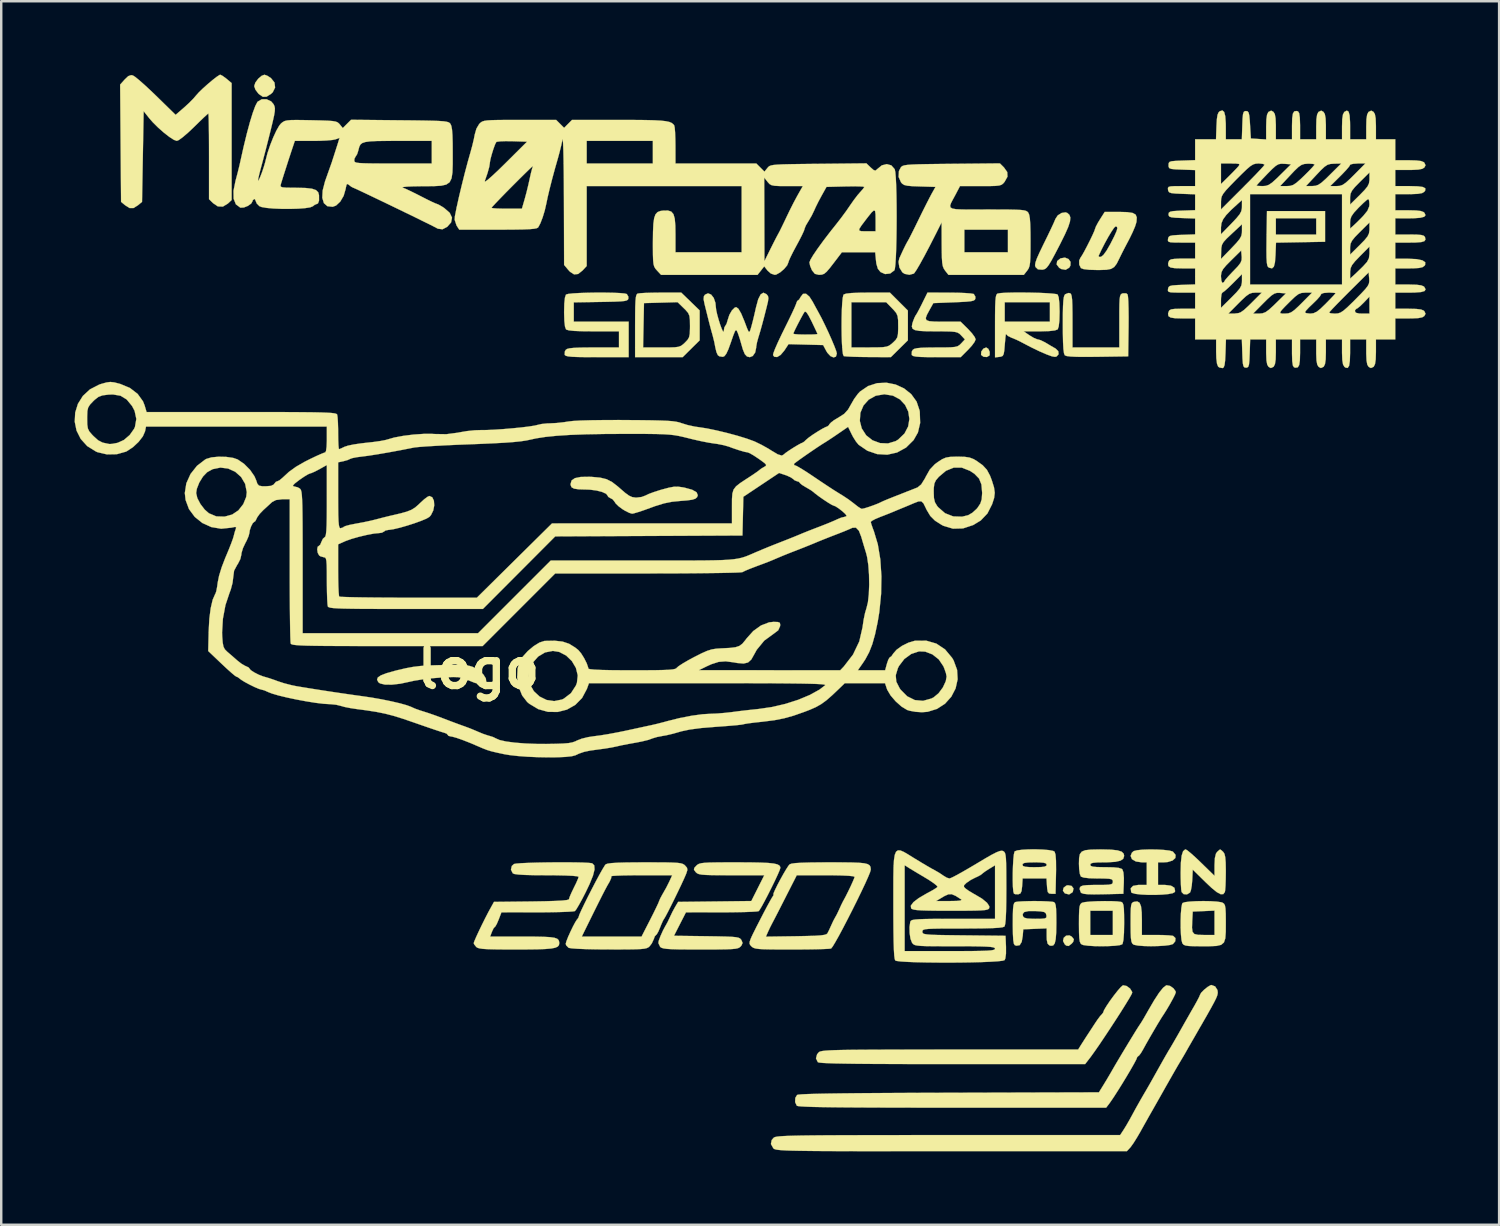
<source format=kicad_pcb>
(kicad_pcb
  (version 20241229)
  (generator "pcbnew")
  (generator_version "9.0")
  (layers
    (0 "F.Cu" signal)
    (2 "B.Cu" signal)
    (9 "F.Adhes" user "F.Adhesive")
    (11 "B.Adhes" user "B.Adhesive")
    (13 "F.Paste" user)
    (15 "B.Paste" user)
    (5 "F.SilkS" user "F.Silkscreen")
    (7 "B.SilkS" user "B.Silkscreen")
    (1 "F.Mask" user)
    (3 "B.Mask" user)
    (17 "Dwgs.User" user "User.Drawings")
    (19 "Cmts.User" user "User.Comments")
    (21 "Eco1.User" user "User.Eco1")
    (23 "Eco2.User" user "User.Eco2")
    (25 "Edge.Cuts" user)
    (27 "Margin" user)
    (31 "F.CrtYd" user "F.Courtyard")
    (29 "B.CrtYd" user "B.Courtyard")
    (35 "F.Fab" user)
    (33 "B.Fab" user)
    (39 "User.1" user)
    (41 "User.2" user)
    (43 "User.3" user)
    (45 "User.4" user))
  (footprint "logo"
    (layer "F.Cu")
    (at 16.512 24.283)
    (property "Reference" "logo" (at 0 0 0) (layer "F.SilkS") (effects (font (size 1.524 1.524) (thickness 0.3))))
    (attr through_hole)
    (fp_poly (pts (xy 20.838 -13.074) (xy 20.893 -12.95) (xy 20.892 -12.823) (xy 20.881 -12.8) (xy 20.779 -12.739) (xy 20.643 -12.749) (xy 20.546 -12.822) (xy 20.541 -12.833) (xy 20.55 -12.965) (xy 20.639 -13.084) (xy 20.752 -13.129) (xy 20.838 -13.074)) (stroke (width 0.01) (type solid)) (fill yes) (layer "F.SilkS"))
    (fp_poly (pts (xy 24.115 -16.745) (xy 24.199 -16.627) (xy 24.194 -16.477) (xy 24.144 -16.391) (xy 23.998 -16.305) (xy 23.818 -16.336) (xy 23.734 -16.387) (xy 23.63 -16.524) (xy 23.652 -16.662) (xy 23.789 -16.772) (xy 23.969 -16.803) (xy 24.115 -16.745)) (stroke (width 0.01) (type solid)) (fill yes) (layer "F.SilkS"))
    (fp_poly (pts (xy 24.242 8.881) (xy 24.319 8.982) (xy 24.293 9.116) (xy 24.272 9.146) (xy 24.138 9.23) (xy 23.975 9.188) (xy 23.959 9.178) (xy 23.887 9.075) (xy 23.914 8.957) (xy 24.023 8.87) (xy 24.089 8.853) (xy 24.242 8.881)) (stroke (width 0.01) (type solid)) (fill yes) (layer "F.SilkS"))
    (fp_poly (pts (xy 24.249 10.954) (xy 24.335 11.061) (xy 24.307 11.168) (xy 24.241 11.244) (xy 24.12 11.336) (xy 24.022 11.32) (xy 23.962 11.268) (xy 23.891 11.131) (xy 23.92 11.002) (xy 24.017 10.915) (xy 24.152 10.903) (xy 24.249 10.954)) (stroke (width 0.01) (type solid)) (fill yes) (layer "F.SilkS"))
    (fp_poly (pts (xy -8.64 -24.24) (xy -8.494 -24.147) (xy -8.487 -24.142) (xy -8.341 -23.959) (xy -8.317 -23.755) (xy -8.414 -23.56) (xy -8.487 -23.492) (xy -8.669 -23.379) (xy -8.818 -23.376) (xy -8.977 -23.486) (xy -9.008 -23.517) (xy -9.12 -23.666) (xy -9.17 -23.809) (xy -9.17 -23.817) (xy -9.123 -23.959) (xy -9.008 -24.114) (xy -8.867 -24.235) (xy -8.753 -24.278) (xy -8.64 -24.24)) (stroke (width 0.01) (type solid)) (fill yes) (layer "F.SilkS"))
    (fp_poly (pts (xy 34.603 -17.45) (xy 33.6 -17.432) (xy 32.597 -17.414) (xy 32.577 -16.905) (xy 32.555 -16.609) (xy 32.51 -16.433) (xy 32.435 -16.363) (xy 32.323 -16.389) (xy 32.276 -16.416) (xy 32.244 -16.471) (xy 32.222 -16.596) (xy 32.209 -16.807) (xy 32.206 -17.118) (xy 32.21 -17.545) (xy 32.21 -17.587) (xy 32.223 -18.407) (xy 32.591 -18.407) (xy 32.591 -17.747) (xy 34.241 -17.747) (xy 34.241 -18.407) (xy 32.591 -18.407) (xy 32.223 -18.407) (xy 32.228 -18.704) (xy 34.603 -18.704) (xy 34.603 -17.45)) (stroke (width 0.01) (type solid)) (fill yes) (layer "F.SilkS"))
    (fp_poly (pts (xy 24.068 -18.628) (xy 24.154 -18.549) (xy 24.191 -18.439) (xy 24.176 -18.281) (xy 24.105 -18.059) (xy 23.973 -17.76) (xy 23.778 -17.366) (xy 23.731 -17.274) (xy 23.546 -16.92) (xy 23.408 -16.666) (xy 23.304 -16.496) (xy 23.223 -16.392) (xy 23.151 -16.337) (xy 23.076 -16.313) (xy 23.039 -16.308) (xy 22.865 -16.323) (xy 22.766 -16.418) (xy 22.748 -16.491) (xy 22.764 -16.599) (xy 22.82 -16.762) (xy 22.925 -16.999) (xy 23.084 -17.33) (xy 23.116 -17.395) (xy 23.271 -17.71) (xy 23.406 -17.993) (xy 23.51 -18.217) (xy 23.57 -18.357) (xy 23.578 -18.38) (xy 23.675 -18.528) (xy 23.83 -18.627) (xy 23.994 -18.653) (xy 24.068 -18.628)) (stroke (width 0.01) (type solid)) (fill yes) (layer "F.SilkS"))
    (fp_poly (pts (xy 27.02 9.569) (xy 27.079 9.713) (xy 27.108 9.961) (xy 27.115 10.267) (xy 27.115 10.886) (xy 27.704 10.886) (xy 27.98 10.89) (xy 28.213 10.902) (xy 28.366 10.918) (xy 28.396 10.926) (xy 28.488 11.015) (xy 28.479 11.143) (xy 28.385 11.256) (xy 28.268 11.294) (xy 28.054 11.322) (xy 27.78 11.339) (xy 27.482 11.345) (xy 27.194 11.338) (xy 26.953 11.319) (xy 26.794 11.287) (xy 26.769 11.276) (xy 26.72 11.232) (xy 26.687 11.152) (xy 26.667 11.013) (xy 26.657 10.792) (xy 26.654 10.466) (xy 26.654 10.392) (xy 26.655 10.05) (xy 26.661 9.818) (xy 26.677 9.672) (xy 26.704 9.59) (xy 26.748 9.549) (xy 26.789 9.532) (xy 26.925 9.514) (xy 27.02 9.569)) (stroke (width 0.01) (type solid)) (fill yes) (layer "F.SilkS"))
    (fp_poly (pts (xy 27.724 7.393) (xy 28.006 7.409) (xy 28.234 7.435) (xy 28.373 7.473) (xy 28.385 7.481) (xy 28.493 7.613) (xy 28.483 7.739) (xy 28.371 7.842) (xy 28.17 7.905) (xy 28.01 7.917) (xy 27.775 7.917) (xy 27.775 8.841) (xy 28.064 8.841) (xy 28.304 8.871) (xy 28.445 8.957) (xy 28.473 9.09) (xy 28.462 9.129) (xy 28.381 9.177) (xy 28.199 9.213) (xy 27.947 9.236) (xy 27.656 9.248) (xy 27.356 9.246) (xy 27.078 9.232) (xy 26.852 9.206) (xy 26.71 9.166) (xy 26.677 9.137) (xy 26.659 8.978) (xy 26.753 8.88) (xy 26.963 8.841) (xy 27.014 8.841) (xy 27.313 8.841) (xy 27.313 7.917) (xy 27.111 7.917) (xy 26.87 7.882) (xy 26.709 7.788) (xy 26.654 7.653) (xy 26.707 7.521) (xy 26.781 7.457) (xy 26.918 7.422) (xy 27.145 7.399) (xy 27.425 7.39) (xy 27.724 7.393)) (stroke (width 0.01) (type solid)) (fill yes) (layer "F.SilkS"))
    (fp_poly (pts (xy -0.759 -0.149) (xy -0.535 -0.137) (xy -0.374 -0.114) (xy -0.252 -0.078) (xy -0.197 -0.054) (xy 0.033 0.086) (xy 0.202 0.244) (xy 0.299 0.401) (xy 0.313 0.534) (xy 0.235 0.624) (xy 0.157 0.647) (xy 0.026 0.631) (xy -0.176 0.571) (xy -0.37 0.493) (xy -0.542 0.42) (xy -0.687 0.373) (xy -0.839 0.348) (xy -1.032 0.342) (xy -1.3 0.351) (xy -1.55 0.364) (xy -1.92 0.394) (xy -2.296 0.439) (xy -2.629 0.492) (xy -2.819 0.534) (xy -3.198 0.615) (xy -3.542 0.654) (xy -3.827 0.651) (xy -4.026 0.604) (xy -4.095 0.555) (xy -4.149 0.452) (xy -4.119 0.361) (xy -3.993 0.274) (xy -3.762 0.185) (xy -3.415 0.087) (xy -3.296 0.057) (xy -2.967 -0.019) (xy -2.675 -0.073) (xy -2.382 -0.109) (xy -2.048 -0.131) (xy -1.633 -0.144) (xy -1.486 -0.147) (xy -1.068 -0.152) (xy -0.759 -0.149)) (stroke (width 0.01) (type solid)) (fill yes) (layer "F.SilkS"))
    (fp_poly (pts (xy 9.038 -14.644) (xy 9.038 -13.421) (xy 8.69 -13.077) (xy 8.342 -12.733) (xy 6.399 -12.733) (xy 6.399 -13.129) (xy 6.726 -13.129) (xy 7.476 -13.129) (xy 7.801 -13.13) (xy 8.023 -13.137) (xy 8.171 -13.157) (xy 8.273 -13.195) (xy 8.359 -13.257) (xy 8.435 -13.327) (xy 8.543 -13.44) (xy 8.605 -13.547) (xy 8.634 -13.689) (xy 8.642 -13.907) (xy 8.643 -14.007) (xy 8.639 -14.258) (xy 8.619 -14.421) (xy 8.568 -14.539) (xy 8.469 -14.656) (xy 8.39 -14.734) (xy 8.137 -14.981) (xy 7.45 -14.962) (xy 6.762 -14.943) (xy 6.744 -14.036) (xy 6.726 -13.129) (xy 6.399 -13.129) (xy 6.399 -14.012) (xy 6.401 -14.46) (xy 6.405 -14.793) (xy 6.415 -15.029) (xy 6.43 -15.184) (xy 6.453 -15.276) (xy 6.485 -15.321) (xy 6.504 -15.332) (xy 6.607 -15.347) (xy 6.813 -15.36) (xy 7.093 -15.368) (xy 7.418 -15.372) (xy 7.447 -15.372) (xy 8.286 -15.372) (xy 9.038 -14.644)) (stroke (width 0.01) (type solid)) (fill yes) (layer "F.SilkS"))
    (fp_poly (pts (xy 24.179 -15.348) (xy 24.216 -15.315) (xy 24.243 -15.236) (xy 24.262 -15.093) (xy 24.272 -14.868) (xy 24.277 -14.543) (xy 24.278 -14.219) (xy 24.278 -13.129) (xy 26.192 -13.129) (xy 26.192 -14.213) (xy 26.192 -14.614) (xy 26.196 -14.903) (xy 26.205 -15.099) (xy 26.223 -15.222) (xy 26.25 -15.291) (xy 26.29 -15.326) (xy 26.332 -15.342) (xy 26.476 -15.342) (xy 26.53 -15.297) (xy 26.547 -15.205) (xy 26.561 -15.003) (xy 26.569 -14.715) (xy 26.573 -14.363) (xy 26.571 -13.986) (xy 26.555 -12.766) (xy 25.299 -12.748) (xy 24.818 -12.744) (xy 24.457 -12.747) (xy 24.202 -12.759) (xy 24.043 -12.779) (xy 23.966 -12.808) (xy 23.963 -12.811) (xy 23.931 -12.892) (xy 23.907 -13.068) (xy 23.892 -13.348) (xy 23.884 -13.744) (xy 23.883 -14.058) (xy 23.884 -14.493) (xy 23.891 -14.814) (xy 23.904 -15.039) (xy 23.924 -15.185) (xy 23.953 -15.271) (xy 23.981 -15.305) (xy 24.11 -15.356) (xy 24.179 -15.348)) (stroke (width 0.01) (type solid)) (fill yes) (layer "F.SilkS"))
    (fp_poly (pts (xy 25.857 9.502) (xy 26.099 9.513) (xy 26.259 9.533) (xy 26.285 9.54) (xy 26.33 9.577) (xy 26.36 9.661) (xy 26.379 9.815) (xy 26.387 10.058) (xy 26.39 10.385) (xy 26.383 10.801) (xy 26.361 11.088) (xy 26.326 11.244) (xy 26.31 11.268) (xy 26.212 11.302) (xy 26.014 11.327) (xy 25.753 11.341) (xy 25.459 11.346) (xy 25.168 11.341) (xy 24.913 11.325) (xy 24.727 11.299) (xy 24.658 11.276) (xy 24.608 11.231) (xy 24.575 11.149) (xy 24.555 11.007) (xy 24.545 10.78) (xy 24.542 10.447) (xy 24.542 10.423) (xy 24.544 10.086) (xy 24.551 9.896) (xy 25.004 9.896) (xy 25.004 10.886) (xy 25.928 10.886) (xy 25.928 9.896) (xy 25.004 9.896) (xy 24.551 9.896) (xy 24.552 9.857) (xy 24.57 9.713) (xy 24.601 9.629) (xy 24.649 9.581) (xy 24.67 9.569) (xy 24.786 9.542) (xy 24.998 9.521) (xy 25.271 9.507) (xy 25.569 9.501) (xy 25.857 9.502)) (stroke (width 0.01) (type solid)) (fill yes) (layer "F.SilkS"))
    (fp_poly (pts (xy 30.374 7.43) (xy 30.442 7.493) (xy 30.491 7.571) (xy 30.522 7.705) (xy 30.54 7.918) (xy 30.546 8.234) (xy 30.546 8.312) (xy 30.542 8.615) (xy 30.533 8.876) (xy 30.519 9.061) (xy 30.506 9.132) (xy 30.441 9.217) (xy 30.334 9.219) (xy 30.175 9.133) (xy 29.954 8.952) (xy 29.714 8.725) (xy 29.194 8.214) (xy 29.174 8.64) (xy 29.153 8.875) (xy 29.118 9.062) (xy 29.083 9.151) (xy 28.958 9.227) (xy 28.822 9.217) (xy 28.739 9.132) (xy 28.722 9.025) (xy 28.709 8.819) (xy 28.701 8.547) (xy 28.699 8.336) (xy 28.709 7.928) (xy 28.741 7.641) (xy 28.798 7.465) (xy 28.88 7.392) (xy 28.907 7.389) (xy 28.98 7.433) (xy 29.125 7.552) (xy 29.32 7.727) (xy 29.531 7.929) (xy 30.084 8.468) (xy 30.084 8.032) (xy 30.098 7.743) (xy 30.142 7.562) (xy 30.188 7.493) (xy 30.279 7.411) (xy 30.315 7.389) (xy 30.374 7.43)) (stroke (width 0.01) (type solid)) (fill yes) (layer "F.SilkS"))
    (fp_poly (pts (xy 29.92 9.505) (xy 30.174 9.521) (xy 30.357 9.548) (xy 30.418 9.569) (xy 30.474 9.611) (xy 30.511 9.682) (xy 30.532 9.807) (xy 30.543 10.01) (xy 30.546 10.316) (xy 30.546 10.389) (xy 30.544 10.762) (xy 30.525 11.023) (xy 30.469 11.192) (xy 30.355 11.289) (xy 30.165 11.334) (xy 29.877 11.347) (xy 29.587 11.348) (xy 29.258 11.345) (xy 29.037 11.337) (xy 28.899 11.317) (xy 28.82 11.284) (xy 28.774 11.232) (xy 28.767 11.22) (xy 28.734 11.092) (xy 28.712 10.874) (xy 28.7 10.601) (xy 28.7 10.591) (xy 29.164 10.591) (xy 29.186 10.759) (xy 29.261 10.847) (xy 29.411 10.88) (xy 29.653 10.886) (xy 30.084 10.886) (xy 30.084 9.89) (xy 29.639 9.91) (xy 29.194 9.929) (xy 29.173 10.318) (xy 29.164 10.591) (xy 28.7 10.591) (xy 28.699 10.306) (xy 28.708 10.022) (xy 28.728 9.783) (xy 28.757 9.623) (xy 28.778 9.579) (xy 28.878 9.545) (xy 29.075 9.52) (xy 29.337 9.505) (xy 29.63 9.5) (xy 29.92 9.505)) (stroke (width 0.01) (type solid)) (fill yes) (layer "F.SilkS"))
    (fp_poly (pts (xy 17.182 -15.005) (xy 17.549 -14.638) (xy 17.549 -13.421) (xy 16.852 -12.733) (xy 15.931 -12.738) (xy 15.59 -12.742) (xy 15.294 -12.75) (xy 15.069 -12.761) (xy 14.942 -12.773) (xy 14.927 -12.777) (xy 14.896 -12.852) (xy 14.872 -13.034) (xy 14.854 -13.297) (xy 14.843 -13.615) (xy 14.839 -13.964) (xy 14.841 -14.319) (xy 14.849 -14.653) (xy 14.865 -14.941) (xy 14.868 -14.976) (xy 15.24 -14.976) (xy 15.24 -13.129) (xy 15.982 -13.131) (xy 16.306 -13.133) (xy 16.526 -13.141) (xy 16.674 -13.163) (xy 16.779 -13.202) (xy 16.869 -13.266) (xy 16.939 -13.328) (xy 17.051 -13.438) (xy 17.115 -13.541) (xy 17.144 -13.678) (xy 17.153 -13.891) (xy 17.153 -13.999) (xy 17.15 -14.251) (xy 17.128 -14.415) (xy 17.075 -14.536) (xy 16.974 -14.658) (xy 16.909 -14.726) (xy 16.665 -14.976) (xy 15.24 -14.976) (xy 14.868 -14.976) (xy 14.886 -15.159) (xy 14.915 -15.28) (xy 14.923 -15.293) (xy 15.024 -15.33) (xy 15.244 -15.355) (xy 15.586 -15.369) (xy 15.909 -15.372) (xy 16.815 -15.372) (xy 17.182 -15.005)) (stroke (width 0.01) (type solid)) (fill yes) (layer "F.SilkS"))
    (fp_poly (pts (xy 23.064 7.395) (xy 23.311 7.416) (xy 23.485 7.449) (xy 23.547 7.481) (xy 23.584 7.6) (xy 23.604 7.849) (xy 23.607 8.228) (xy 23.604 8.388) (xy 23.586 9.203) (xy 23.421 9.203) (xy 23.32 9.19) (xy 23.267 9.128) (xy 23.243 8.983) (xy 23.236 8.89) (xy 23.216 8.577) (xy 22.24 8.577) (xy 22.22 8.89) (xy 22.197 9.087) (xy 22.151 9.187) (xy 22.066 9.223) (xy 21.935 9.218) (xy 21.884 9.195) (xy 21.859 9.104) (xy 21.842 8.914) (xy 21.835 8.656) (xy 21.836 8.363) (xy 21.845 8.066) (xy 21.848 8.016) (xy 22.233 8.016) (xy 22.259 8.068) (xy 22.353 8.099) (xy 22.538 8.113) (xy 22.728 8.115) (xy 22.989 8.11) (xy 23.142 8.091) (xy 23.212 8.054) (xy 23.223 8.016) (xy 23.197 7.964) (xy 23.103 7.933) (xy 22.918 7.919) (xy 22.728 7.917) (xy 22.467 7.922) (xy 22.314 7.941) (xy 22.245 7.978) (xy 22.233 8.016) (xy 21.848 8.016) (xy 21.86 7.798) (xy 21.882 7.591) (xy 21.91 7.477) (xy 21.917 7.468) (xy 22.022 7.428) (xy 22.223 7.402) (xy 22.487 7.387) (xy 22.778 7.385) (xy 23.064 7.395)) (stroke (width 0.01) (type solid)) (fill yes) (layer "F.SilkS"))
    (fp_poly (pts (xy 5.171 -15.372) (xy 5.499 -15.366) (xy 5.775 -15.354) (xy 5.972 -15.336) (xy 6.06 -15.314) (xy 6.123 -15.209) (xy 6.125 -15.133) (xy 6.107 -15.087) (xy 6.061 -15.054) (xy 5.969 -15.03) (xy 5.811 -15.014) (xy 5.569 -15.003) (xy 5.224 -14.995) (xy 4.997 -14.991) (xy 3.892 -14.973) (xy 3.892 -14.184) (xy 6.136 -14.184) (xy 6.136 -12.733) (xy 4.847 -12.733) (xy 4.395 -12.734) (xy 4.058 -12.739) (xy 3.819 -12.749) (xy 3.662 -12.765) (xy 3.571 -12.788) (xy 3.527 -12.82) (xy 3.52 -12.833) (xy 3.526 -12.963) (xy 3.563 -13.031) (xy 3.619 -13.069) (xy 3.725 -13.096) (xy 3.9 -13.114) (xy 4.163 -13.125) (xy 4.532 -13.129) (xy 4.692 -13.129) (xy 5.74 -13.129) (xy 5.74 -13.789) (xy 4.697 -13.789) (xy 4.24 -13.793) (xy 3.907 -13.806) (xy 3.691 -13.829) (xy 3.583 -13.862) (xy 3.576 -13.868) (xy 3.534 -13.981) (xy 3.507 -14.213) (xy 3.497 -14.551) (xy 3.497 -14.58) (xy 3.505 -14.926) (xy 3.531 -15.167) (xy 3.572 -15.289) (xy 3.576 -15.293) (xy 3.666 -15.319) (xy 3.861 -15.34) (xy 4.136 -15.356) (xy 4.463 -15.367) (xy 4.817 -15.373) (xy 5.171 -15.372)) (stroke (width 0.01) (type solid)) (fill yes) (layer "F.SilkS"))
    (fp_poly (pts (xy 26.515 -18.662) (xy 26.734 -18.629) (xy 26.859 -18.561) (xy 26.906 -18.448) (xy 26.895 -18.277) (xy 26.89 -18.249) (xy 26.839 -18.083) (xy 26.74 -17.849) (xy 26.615 -17.591) (xy 26.588 -17.539) (xy 26.445 -17.268) (xy 26.308 -17.002) (xy 26.204 -16.791) (xy 26.194 -16.77) (xy 26.087 -16.556) (xy 25.984 -16.419) (xy 25.855 -16.341) (xy 25.667 -16.305) (xy 25.387 -16.296) (xy 25.286 -16.296) (xy 24.962 -16.305) (xy 24.735 -16.332) (xy 24.622 -16.374) (xy 24.622 -16.375) (xy 24.554 -16.515) (xy 24.552 -16.685) (xy 24.602 -16.794) (xy 24.651 -16.867) (xy 25.343 -16.867) (xy 25.375 -16.831) (xy 25.442 -16.834) (xy 25.538 -16.907) (xy 25.671 -17.088) (xy 25.828 -17.363) (xy 25.839 -17.384) (xy 25.99 -17.682) (xy 26.079 -17.883) (xy 26.112 -18.004) (xy 26.094 -18.063) (xy 26.038 -18.077) (xy 25.978 -18.022) (xy 25.877 -17.874) (xy 25.748 -17.661) (xy 25.608 -17.408) (xy 25.471 -17.141) (xy 25.352 -16.888) (xy 25.343 -16.867) (xy 24.651 -16.867) (xy 24.663 -16.885) (xy 24.761 -17.057) (xy 24.877 -17.278) (xy 24.996 -17.514) (xy 25.101 -17.733) (xy 25.175 -17.9) (xy 25.202 -17.982) (xy 25.235 -18.072) (xy 25.32 -18.232) (xy 25.399 -18.361) (xy 25.595 -18.671) (xy 26.182 -18.671) (xy 26.515 -18.662)) (stroke (width 0.01) (type solid)) (fill yes) (layer "F.SilkS"))
    (fp_poly (pts (xy 23.024 9.504) (xy 23.278 9.514) (xy 23.455 9.529) (xy 23.514 9.54) (xy 23.559 9.577) (xy 23.589 9.661) (xy 23.608 9.814) (xy 23.616 10.056) (xy 23.619 10.39) (xy 23.613 10.782) (xy 23.592 11.057) (xy 23.553 11.23) (xy 23.489 11.315) (xy 23.396 11.328) (xy 23.33 11.309) (xy 23.26 11.239) (xy 23.227 11.082) (xy 23.223 10.942) (xy 23.223 10.616) (xy 22.745 10.635) (xy 22.266 10.655) (xy 22.245 10.918) (xy 22.202 11.17) (xy 22.119 11.303) (xy 21.989 11.325) (xy 21.92 11.304) (xy 21.883 11.246) (xy 21.857 11.099) (xy 21.843 10.849) (xy 21.837 10.483) (xy 21.837 10.425) (xy 21.84 10.069) (xy 21.841 10.031) (xy 22.241 10.031) (xy 22.255 10.123) (xy 22.308 10.18) (xy 22.43 10.212) (xy 22.647 10.225) (xy 22.764 10.226) (xy 23.007 10.223) (xy 23.145 10.21) (xy 23.205 10.177) (xy 23.215 10.114) (xy 23.211 10.078) (xy 23.186 9.996) (xy 23.121 9.948) (xy 22.983 9.923) (xy 22.768 9.909) (xy 22.478 9.91) (xy 22.306 9.949) (xy 22.241 10.031) (xy 21.841 10.031) (xy 21.848 9.823) (xy 21.866 9.668) (xy 21.895 9.581) (xy 21.938 9.542) (xy 21.942 9.54) (xy 22.049 9.523) (xy 22.255 9.51) (xy 22.526 9.502) (xy 22.728 9.5) (xy 23.024 9.504)) (stroke (width 0.01) (type solid)) (fill yes) (layer "F.SilkS"))
    (fp_poly (pts (xy -10.475 -24.239) (xy -10.339 -24.142) (xy -10.297 -24.108) (xy -10.094 -23.937) (xy -10.094 -19.155) (xy -10.247 -19.012) (xy -10.451 -18.888) (xy -10.657 -18.896) (xy -10.856 -19.031) (xy -11.018 -19.192) (xy -11.018 -20.944) (xy -11.019 -21.409) (xy -11.021 -21.828) (xy -11.026 -22.183) (xy -11.031 -22.457) (xy -11.038 -22.634) (xy -11.045 -22.695) (xy -11.099 -22.651) (xy -11.228 -22.533) (xy -11.412 -22.356) (xy -11.632 -22.141) (xy -11.639 -22.134) (xy -11.878 -21.908) (xy -12.088 -21.728) (xy -12.249 -21.611) (xy -12.334 -21.574) (xy -12.457 -21.618) (xy -12.642 -21.738) (xy -12.865 -21.912) (xy -13.097 -22.116) (xy -13.313 -22.331) (xy -13.465 -22.505) (xy -13.69 -22.789) (xy -13.723 -20.935) (xy -13.756 -19.081) (xy -13.921 -18.944) (xy -14.104 -18.829) (xy -14.266 -18.829) (xy -14.448 -18.944) (xy -14.613 -19.081) (xy -14.632 -21.478) (xy -14.651 -23.875) (xy -14.463 -24.085) (xy -14.319 -24.221) (xy -14.201 -24.262) (xy -14.13 -24.249) (xy -14.035 -24.189) (xy -13.867 -24.052) (xy -13.643 -23.854) (xy -13.383 -23.612) (xy -13.184 -23.421) (xy -12.383 -22.638) (xy -12.039 -22.936) (xy -11.838 -23.12) (xy -11.659 -23.301) (xy -11.554 -23.424) (xy -11.443 -23.549) (xy -11.275 -23.712) (xy -11.078 -23.889) (xy -10.879 -24.057) (xy -10.706 -24.192) (xy -10.587 -24.269) (xy -10.557 -24.278) (xy -10.475 -24.239)) (stroke (width 0.01) (type solid)) (fill yes) (layer "F.SilkS"))
    (fp_poly (pts (xy 4.635 -7.839) (xy 4.974 -7.808) (xy 5.232 -7.745) (xy 5.457 -7.63) (xy 5.7 -7.441) (xy 5.773 -7.377) (xy 5.993 -7.187) (xy 6.153 -7.071) (xy 6.283 -7.013) (xy 6.417 -6.994) (xy 6.461 -6.993) (xy 6.66 -7.017) (xy 6.822 -7.076) (xy 6.83 -7.081) (xy 6.953 -7.14) (xy 7.163 -7.218) (xy 7.422 -7.301) (xy 7.498 -7.323) (xy 7.779 -7.398) (xy 7.984 -7.436) (xy 8.158 -7.439) (xy 8.351 -7.412) (xy 8.42 -7.399) (xy 8.73 -7.314) (xy 8.911 -7.212) (xy 8.962 -7.091) (xy 8.932 -7.009) (xy 8.864 -6.949) (xy 8.735 -6.907) (xy 8.519 -6.877) (xy 8.273 -6.858) (xy 7.912 -6.823) (xy 7.582 -6.757) (xy 7.222 -6.646) (xy 7.035 -6.578) (xy 6.754 -6.476) (xy 6.512 -6.396) (xy 6.339 -6.346) (xy 6.276 -6.335) (xy 6.16 -6.369) (xy 5.987 -6.456) (xy 5.888 -6.516) (xy 5.718 -6.642) (xy 5.599 -6.761) (xy 5.571 -6.808) (xy 5.483 -6.921) (xy 5.406 -6.961) (xy 5.302 -7.022) (xy 5.278 -7.067) (xy 5.217 -7.148) (xy 5.055 -7.222) (xy 4.824 -7.282) (xy 4.554 -7.317) (xy 4.395 -7.323) (xy 4.095 -7.331) (xy 3.905 -7.359) (xy 3.801 -7.415) (xy 3.763 -7.507) (xy 3.761 -7.55) (xy 3.803 -7.694) (xy 3.939 -7.788) (xy 4.178 -7.837) (xy 4.53 -7.843) (xy 4.635 -7.839)) (stroke (width 0.01) (type solid)) (fill yes) (layer "F.SilkS"))
    (fp_poly (pts (xy 13.525 -15.207) (xy 13.652 -15.009) (xy 13.765 -14.8) (xy 13.863 -14.622) (xy 13.904 -14.547) (xy 14.03 -14.311) (xy 14.169 -14.027) (xy 14.311 -13.725) (xy 14.441 -13.431) (xy 14.549 -13.173) (xy 14.621 -12.98) (xy 14.646 -12.881) (xy 14.608 -12.755) (xy 14.512 -12.722) (xy 14.386 -12.776) (xy 14.259 -12.912) (xy 14.217 -12.981) (xy 14.085 -13.228) (xy 12.672 -13.265) (xy 12.496 -12.999) (xy 12.348 -12.825) (xy 12.204 -12.738) (xy 12.088 -12.749) (xy 12.037 -12.817) (xy 12.054 -12.902) (xy 12.123 -13.082) (xy 12.235 -13.337) (xy 12.38 -13.645) (xy 12.403 -13.691) (xy 12.865 -13.691) (xy 12.926 -13.675) (xy 13.086 -13.662) (xy 13.314 -13.657) (xy 13.36 -13.657) (xy 13.596 -13.659) (xy 13.771 -13.666) (xy 13.852 -13.677) (xy 13.855 -13.679) (xy 13.828 -13.744) (xy 13.756 -13.898) (xy 13.654 -14.112) (xy 13.619 -14.186) (xy 13.494 -14.428) (xy 13.408 -14.561) (xy 13.349 -14.598) (xy 13.319 -14.576) (xy 13.252 -14.463) (xy 13.157 -14.288) (xy 13.051 -14.086) (xy 12.955 -13.895) (xy 12.887 -13.75) (xy 12.865 -13.691) (xy 12.403 -13.691) (xy 12.5 -13.889) (xy 12.665 -14.223) (xy 12.807 -14.518) (xy 12.916 -14.754) (xy 12.981 -14.91) (xy 12.996 -14.96) (xy 13.029 -15.036) (xy 13.047 -15.042) (xy 13.109 -15.095) (xy 13.163 -15.191) (xy 13.262 -15.321) (xy 13.385 -15.326) (xy 13.525 -15.207)) (stroke (width 0.01) (type solid)) (fill yes) (layer "F.SilkS"))
    (fp_poly (pts (xy 25.849 7.398) (xy 26.117 7.427) (xy 26.286 7.48) (xy 26.371 7.563) (xy 26.39 7.653) (xy 26.354 7.77) (xy 26.238 7.849) (xy 26.026 7.896) (xy 25.703 7.916) (xy 25.569 7.917) (xy 25.288 7.921) (xy 25.115 7.936) (xy 25.028 7.966) (xy 25.004 8.016) (xy 25.004 8.016) (xy 25.027 8.063) (xy 25.109 8.093) (xy 25.274 8.109) (xy 25.543 8.115) (xy 25.623 8.115) (xy 25.951 8.121) (xy 26.166 8.143) (xy 26.288 8.182) (xy 26.319 8.208) (xy 26.361 8.332) (xy 26.379 8.558) (xy 26.376 8.752) (xy 26.357 9.203) (xy 25.525 9.222) (xy 25.158 9.227) (xy 24.902 9.221) (xy 24.738 9.203) (xy 24.644 9.171) (xy 24.617 9.148) (xy 24.571 9.015) (xy 24.581 8.948) (xy 24.622 8.897) (xy 24.712 8.865) (xy 24.877 8.848) (xy 25.139 8.841) (xy 25.275 8.841) (xy 25.573 8.839) (xy 25.764 8.83) (xy 25.87 8.809) (xy 25.917 8.772) (xy 25.928 8.713) (xy 25.928 8.709) (xy 25.918 8.647) (xy 25.873 8.608) (xy 25.767 8.587) (xy 25.576 8.578) (xy 25.314 8.577) (xy 24.977 8.568) (xy 24.742 8.541) (xy 24.624 8.5) (xy 24.622 8.497) (xy 24.578 8.389) (xy 24.55 8.185) (xy 24.542 7.972) (xy 24.548 7.741) (xy 24.58 7.581) (xy 24.658 7.479) (xy 24.802 7.421) (xy 25.032 7.396) (xy 25.37 7.389) (xy 25.466 7.389) (xy 25.849 7.398)) (stroke (width 0.01) (type solid)) (fill yes) (layer "F.SilkS"))
    (fp_poly (pts (xy 26.49 12.971) (xy 26.631 13.074) (xy 26.714 13.209) (xy 26.719 13.248) (xy 26.684 13.327) (xy 26.587 13.497) (xy 26.44 13.737) (xy 26.256 14.031) (xy 26.046 14.358) (xy 25.822 14.701) (xy 25.598 15.039) (xy 25.385 15.356) (xy 25.195 15.63) (xy 25.041 15.845) (xy 24.987 15.916) (xy 24.795 16.164) (xy 19.371 16.164) (xy 18.341 16.163) (xy 17.437 16.162) (xy 16.652 16.159) (xy 15.979 16.156) (xy 15.412 16.151) (xy 14.945 16.144) (xy 14.571 16.137) (xy 14.284 16.127) (xy 14.076 16.117) (xy 13.942 16.104) (xy 13.876 16.09) (xy 13.868 16.084) (xy 13.793 15.931) (xy 13.838 15.763) (xy 13.909 15.679) (xy 13.94 15.659) (xy 13.99 15.642) (xy 14.068 15.627) (xy 14.183 15.614) (xy 14.344 15.603) (xy 14.558 15.594) (xy 14.836 15.587) (xy 15.185 15.581) (xy 15.614 15.577) (xy 16.131 15.574) (xy 16.746 15.572) (xy 17.467 15.57) (xy 18.303 15.57) (xy 19.262 15.569) (xy 19.27 15.569) (xy 24.509 15.569) (xy 24.641 15.358) (xy 24.748 15.19) (xy 24.834 15.056) (xy 24.841 15.045) (xy 24.91 14.94) (xy 25.026 14.763) (xy 25.164 14.551) (xy 25.166 14.547) (xy 25.299 14.349) (xy 25.41 14.2) (xy 25.475 14.131) (xy 25.477 14.129) (xy 25.532 14.059) (xy 25.532 14.053) (xy 25.57 13.955) (xy 25.67 13.787) (xy 25.81 13.579) (xy 25.969 13.362) (xy 26.125 13.164) (xy 26.255 13.015) (xy 26.34 12.944) (xy 26.346 12.942) (xy 26.49 12.971)) (stroke (width 0.01) (type solid)) (fill yes) (layer "F.SilkS"))
    (fp_poly (pts (xy 22.537 -15.372) (xy 22.884 -15.364) (xy 23.198 -15.35) (xy 23.452 -15.332) (xy 23.619 -15.311) (xy 23.671 -15.293) (xy 23.714 -15.18) (xy 23.74 -14.948) (xy 23.751 -14.609) (xy 23.751 -14.58) (xy 23.742 -14.234) (xy 23.716 -13.994) (xy 23.675 -13.872) (xy 23.671 -13.868) (xy 23.558 -13.826) (xy 23.324 -13.799) (xy 22.979 -13.789) (xy 22.937 -13.789) (xy 22.281 -13.789) (xy 22.524 -13.624) (xy 22.694 -13.522) (xy 22.832 -13.464) (xy 22.864 -13.459) (xy 22.978 -13.426) (xy 23.146 -13.344) (xy 23.208 -13.308) (xy 23.394 -13.196) (xy 23.554 -13.104) (xy 23.586 -13.087) (xy 23.697 -12.978) (xy 23.711 -12.855) (xy 23.631 -12.763) (xy 23.566 -12.745) (xy 23.44 -12.766) (xy 23.22 -12.846) (xy 22.925 -12.974) (xy 22.576 -13.143) (xy 22.192 -13.344) (xy 22.134 -13.375) (xy 21.978 -13.45) (xy 21.788 -13.527) (xy 21.788 -13.527) (xy 21.64 -13.6) (xy 21.564 -13.674) (xy 21.562 -13.681) (xy 21.552 -13.658) (xy 21.536 -13.528) (xy 21.517 -13.32) (xy 21.512 -13.261) (xy 21.491 -13.009) (xy 21.465 -12.86) (xy 21.424 -12.784) (xy 21.354 -12.754) (xy 21.293 -12.745) (xy 21.112 -12.724) (xy 21.112 -14.008) (xy 21.113 -14.457) (xy 21.117 -14.791) (xy 21.125 -14.976) (xy 21.508 -14.976) (xy 21.508 -14.184) (xy 23.355 -14.184) (xy 23.355 -14.976) (xy 21.508 -14.976) (xy 21.125 -14.976) (xy 21.127 -15.027) (xy 21.142 -15.183) (xy 21.165 -15.275) (xy 21.196 -15.321) (xy 21.216 -15.332) (xy 21.337 -15.353) (xy 21.556 -15.367) (xy 21.847 -15.374) (xy 22.182 -15.376) (xy 22.537 -15.372)) (stroke (width 0.01) (type solid)) (fill yes) (layer "F.SilkS"))
    (fp_poly (pts (xy 19.253 -15.371) (xy 19.59 -15.367) (xy 19.884 -15.355) (xy 20.107 -15.339) (xy 20.231 -15.319) (xy 20.244 -15.314) (xy 20.308 -15.209) (xy 20.309 -15.133) (xy 20.288 -15.081) (xy 20.232 -15.045) (xy 20.12 -15.019) (xy 19.931 -15) (xy 19.643 -14.985) (xy 19.438 -14.976) (xy 18.591 -14.943) (xy 18.433 -14.661) (xy 18.327 -14.464) (xy 18.28 -14.33) (xy 18.307 -14.248) (xy 18.422 -14.204) (xy 18.639 -14.187) (xy 18.974 -14.184) (xy 18.99 -14.184) (xy 19.704 -14.184) (xy 20.012 -13.881) (xy 20.171 -13.707) (xy 20.283 -13.553) (xy 20.32 -13.461) (xy 20.276 -13.356) (xy 20.16 -13.198) (xy 20.014 -13.039) (xy 19.709 -12.733) (xy 18.726 -12.733) (xy 18.336 -12.735) (xy 18.059 -12.742) (xy 17.876 -12.757) (xy 17.767 -12.781) (xy 17.714 -12.815) (xy 17.705 -12.833) (xy 17.71 -12.963) (xy 17.748 -13.031) (xy 17.81 -13.073) (xy 17.928 -13.101) (xy 18.122 -13.119) (xy 18.412 -13.127) (xy 18.7 -13.129) (xy 19.055 -13.13) (xy 19.303 -13.136) (xy 19.468 -13.151) (xy 19.577 -13.178) (xy 19.652 -13.223) (xy 19.721 -13.288) (xy 19.726 -13.294) (xy 19.881 -13.459) (xy 19.726 -13.624) (xy 19.658 -13.691) (xy 19.583 -13.736) (xy 19.478 -13.765) (xy 19.318 -13.781) (xy 19.077 -13.787) (xy 18.731 -13.789) (xy 18.7 -13.789) (xy 18.302 -13.792) (xy 18.02 -13.807) (xy 17.838 -13.84) (xy 17.741 -13.897) (xy 17.711 -13.987) (xy 17.733 -14.115) (xy 17.758 -14.191) (xy 17.819 -14.349) (xy 17.868 -14.443) (xy 17.873 -14.448) (xy 17.919 -14.52) (xy 18.005 -14.678) (xy 18.114 -14.891) (xy 18.131 -14.927) (xy 18.351 -15.372) (xy 19.253 -15.371)) (stroke (width 0.01) (type solid)) (fill yes) (layer "F.SilkS"))
    (fp_poly (pts (xy 28.266 12.969) (xy 28.405 13.065) (xy 28.493 13.187) (xy 28.501 13.23) (xy 28.469 13.32) (xy 28.385 13.488) (xy 28.267 13.702) (xy 28.135 13.928) (xy 28.006 14.133) (xy 27.971 14.184) (xy 27.886 14.318) (xy 27.756 14.532) (xy 27.602 14.794) (xy 27.442 15.069) (xy 27.297 15.323) (xy 27.187 15.523) (xy 27.171 15.553) (xy 27.074 15.717) (xy 26.996 15.818) (xy 26.97 15.834) (xy 26.918 15.884) (xy 26.917 15.896) (xy 26.884 15.98) (xy 26.793 16.151) (xy 26.659 16.387) (xy 26.496 16.662) (xy 26.318 16.955) (xy 26.139 17.242) (xy 25.974 17.499) (xy 25.836 17.703) (xy 25.775 17.788) (xy 25.654 17.945) (xy 19.372 17.945) (xy 18.261 17.945) (xy 17.276 17.943) (xy 16.411 17.941) (xy 15.659 17.938) (xy 15.015 17.934) (xy 14.473 17.929) (xy 14.027 17.922) (xy 13.67 17.915) (xy 13.396 17.905) (xy 13.2 17.895) (xy 13.075 17.883) (xy 13.015 17.869) (xy 13.01 17.866) (xy 12.94 17.719) (xy 12.948 17.545) (xy 13.02 17.426) (xy 13.08 17.412) (xy 13.23 17.399) (xy 13.473 17.388) (xy 13.814 17.378) (xy 14.257 17.369) (xy 14.807 17.361) (xy 15.467 17.354) (xy 16.242 17.348) (xy 17.136 17.343) (xy 18.154 17.338) (xy 19.233 17.335) (xy 25.358 17.318) (xy 25.542 17.021) (xy 25.692 16.774) (xy 25.847 16.51) (xy 25.894 16.428) (xy 26.009 16.228) (xy 26.161 15.971) (xy 26.334 15.681) (xy 26.515 15.381) (xy 26.689 15.095) (xy 26.841 14.847) (xy 26.959 14.659) (xy 27.026 14.556) (xy 27.033 14.547) (xy 27.089 14.462) (xy 27.191 14.293) (xy 27.318 14.071) (xy 27.366 13.986) (xy 27.616 13.557) (xy 27.82 13.245) (xy 27.982 13.044) (xy 28.105 12.949) (xy 28.129 12.942) (xy 28.266 12.969)) (stroke (width 0.01) (type solid)) (fill yes) (layer "F.SilkS"))
    (fp_poly (pts (xy 11.766 -15.311) (xy 11.778 -15.299) (xy 11.831 -15.231) (xy 11.848 -15.144) (xy 11.829 -15.002) (xy 11.774 -14.773) (xy 11.672 -14.372) (xy 11.591 -14.068) (xy 11.524 -13.827) (xy 11.462 -13.618) (xy 11.437 -13.539) (xy 11.381 -13.334) (xy 11.35 -13.161) (xy 11.348 -13.122) (xy 11.308 -12.925) (xy 11.209 -12.782) (xy 11.089 -12.733) (xy 10.974 -12.76) (xy 10.884 -12.856) (xy 10.805 -13.046) (xy 10.752 -13.228) (xy 10.685 -13.461) (xy 10.616 -13.671) (xy 10.589 -13.741) (xy 10.552 -13.82) (xy 10.518 -13.839) (xy 10.477 -13.783) (xy 10.417 -13.635) (xy 10.328 -13.379) (xy 10.317 -13.345) (xy 10.212 -13.055) (xy 10.127 -12.873) (xy 10.052 -12.776) (xy 9.986 -12.746) (xy 9.844 -12.768) (xy 9.783 -12.812) (xy 9.726 -12.934) (xy 9.682 -13.113) (xy 9.679 -13.129) (xy 9.636 -13.352) (xy 9.576 -13.595) (xy 9.568 -13.624) (xy 9.506 -13.846) (xy 9.435 -14.116) (xy 9.401 -14.25) (xy 9.334 -14.52) (xy 9.266 -14.793) (xy 9.238 -14.905) (xy 9.199 -15.104) (xy 9.211 -15.222) (xy 9.255 -15.287) (xy 9.38 -15.343) (xy 9.506 -15.292) (xy 9.614 -15.154) (xy 9.683 -14.952) (xy 9.698 -14.792) (xy 9.714 -14.659) (xy 9.754 -14.477) (xy 9.811 -14.272) (xy 9.874 -14.071) (xy 9.936 -13.903) (xy 9.987 -13.793) (xy 10.018 -13.77) (xy 10.024 -13.801) (xy 10.046 -13.945) (xy 10.086 -14.014) (xy 10.138 -14.099) (xy 10.183 -14.249) (xy 10.252 -14.463) (xy 10.357 -14.645) (xy 10.472 -14.759) (xy 10.532 -14.778) (xy 10.622 -14.713) (xy 10.734 -14.52) (xy 10.869 -14.198) (xy 10.887 -14.151) (xy 10.977 -13.911) (xy 11.034 -13.785) (xy 11.073 -13.764) (xy 11.108 -13.838) (xy 11.152 -13.986) (xy 11.21 -14.206) (xy 11.279 -14.491) (xy 11.342 -14.771) (xy 11.431 -15.1) (xy 11.531 -15.298) (xy 11.642 -15.368) (xy 11.766 -15.311)) (stroke (width 0.01) (type solid)) (fill yes) (layer "F.SilkS"))
    (fp_poly (pts (xy 11.099 7.919) (xy 11.52 7.927) (xy 11.837 7.941) (xy 12.063 7.965) (xy 12.212 7.999) (xy 12.297 8.046) (xy 12.333 8.106) (xy 12.337 8.142) (xy 12.308 8.235) (xy 12.23 8.417) (xy 12.117 8.661) (xy 11.981 8.939) (xy 11.837 9.226) (xy 11.698 9.493) (xy 11.577 9.715) (xy 11.488 9.864) (xy 11.45 9.912) (xy 11.366 9.926) (xy 11.171 9.938) (xy 10.883 9.949) (xy 10.524 9.956) (xy 10.113 9.961) (xy 9.929 9.961) (xy 8.477 9.962) (xy 8.232 10.44) (xy 7.988 10.919) (xy 9.323 10.936) (xy 9.775 10.943) (xy 10.114 10.951) (xy 10.357 10.961) (xy 10.522 10.977) (xy 10.627 10.999) (xy 10.691 11.03) (xy 10.73 11.072) (xy 10.743 11.091) (xy 10.793 11.212) (xy 10.746 11.318) (xy 10.715 11.354) (xy 10.671 11.394) (xy 10.608 11.425) (xy 10.51 11.447) (xy 10.36 11.462) (xy 10.141 11.472) (xy 9.837 11.477) (xy 9.429 11.479) (xy 9.066 11.479) (xy 8.567 11.478) (xy 8.183 11.475) (xy 7.899 11.467) (xy 7.697 11.454) (xy 7.562 11.435) (xy 7.478 11.409) (xy 7.427 11.376) (xy 7.425 11.374) (xy 7.351 11.22) (xy 7.362 11.132) (xy 7.438 10.928) (xy 7.54 10.701) (xy 7.637 10.518) (xy 7.655 10.49) (xy 7.724 10.365) (xy 7.809 10.187) (xy 7.821 10.16) (xy 7.925 9.942) (xy 8.037 9.736) (xy 8.04 9.731) (xy 8.158 9.533) (xy 9.654 9.516) (xy 11.149 9.498) (xy 11.679 8.445) (xy 10.336 8.445) (xy 9.879 8.444) (xy 9.537 8.44) (xy 9.289 8.432) (xy 9.119 8.419) (xy 9.007 8.397) (xy 8.935 8.367) (xy 8.886 8.326) (xy 8.878 8.318) (xy 8.805 8.221) (xy 8.819 8.144) (xy 8.901 8.054) (xy 8.951 8.01) (xy 9.013 7.977) (xy 9.104 7.952) (xy 9.241 7.936) (xy 9.443 7.925) (xy 9.726 7.92) (xy 10.107 7.917) (xy 10.56 7.917) (xy 11.099 7.919)) (stroke (width 0.01) (type solid)) (fill yes) (layer "F.SilkS"))
    (fp_poly (pts (xy 3.963 7.919) (xy 4.274 7.926) (xy 4.506 7.938) (xy 4.636 7.954) (xy 4.646 7.957) (xy 4.73 8.042) (xy 4.741 8.208) (xy 4.677 8.461) (xy 4.536 8.809) (xy 4.384 9.128) (xy 4.238 9.413) (xy 4.105 9.654) (xy 4.002 9.828) (xy 3.941 9.908) (xy 3.939 9.909) (xy 3.852 9.924) (xy 3.654 9.937) (xy 3.364 9.948) (xy 3.002 9.956) (xy 2.589 9.961) (xy 2.397 9.961) (xy 0.935 9.962) (xy 0.821 10.259) (xy 0.747 10.432) (xy 0.686 10.539) (xy 0.665 10.556) (xy 0.615 10.611) (xy 0.552 10.744) (xy 0.548 10.754) (xy 0.473 10.952) (xy 1.807 10.952) (xy 2.289 10.953) (xy 2.655 10.96) (xy 2.92 10.975) (xy 3.101 11) (xy 3.214 11.04) (xy 3.273 11.096) (xy 3.296 11.172) (xy 3.299 11.226) (xy 3.285 11.303) (xy 3.235 11.362) (xy 3.135 11.407) (xy 2.97 11.439) (xy 2.726 11.46) (xy 2.39 11.473) (xy 1.946 11.478) (xy 1.526 11.479) (xy 1.029 11.478) (xy 0.647 11.474) (xy 0.365 11.466) (xy 0.166 11.453) (xy 0.033 11.433) (xy -0.049 11.407) (xy -0.094 11.376) (xy -0.177 11.272) (xy -0.198 11.22) (xy -0.17 11.135) (xy -0.095 10.961) (xy 0.014 10.726) (xy 0.142 10.46) (xy 0.277 10.189) (xy 0.404 9.944) (xy 0.448 9.863) (xy 0.63 9.533) (xy 2.162 9.516) (xy 2.709 9.507) (xy 3.13 9.494) (xy 3.431 9.478) (xy 3.616 9.457) (xy 3.692 9.431) (xy 3.695 9.425) (xy 3.723 9.332) (xy 3.796 9.161) (xy 3.892 8.962) (xy 3.994 8.754) (xy 4.065 8.59) (xy 4.09 8.509) (xy 4.026 8.486) (xy 3.842 8.468) (xy 3.549 8.455) (xy 3.158 8.447) (xy 2.784 8.445) (xy 2.28 8.442) (xy 1.898 8.432) (xy 1.63 8.416) (xy 1.465 8.393) (xy 1.399 8.366) (xy 1.324 8.216) (xy 1.359 8.065) (xy 1.447 7.985) (xy 1.546 7.967) (xy 1.753 7.951) (xy 2.045 7.938) (xy 2.399 7.927) (xy 2.792 7.92) (xy 3.199 7.916) (xy 3.597 7.916) (xy 3.963 7.919)) (stroke (width 0.01) (type solid)) (fill yes) (layer "F.SilkS"))
    (fp_poly (pts (xy 7.294 7.918) (xy 7.665 7.92) (xy 7.939 7.927) (xy 8.133 7.938) (xy 8.264 7.956) (xy 8.35 7.982) (xy 8.409 8.016) (xy 8.442 8.046) (xy 8.521 8.139) (xy 8.536 8.23) (xy 8.491 8.373) (xy 8.469 8.426) (xy 8.394 8.598) (xy 8.284 8.836) (xy 8.151 9.114) (xy 8.009 9.407) (xy 7.869 9.689) (xy 7.744 9.936) (xy 7.647 10.12) (xy 7.59 10.218) (xy 7.583 10.226) (xy 7.538 10.302) (xy 7.468 10.46) (xy 7.424 10.572) (xy 7.347 10.751) (xy 7.281 10.864) (xy 7.255 10.886) (xy 7.204 10.942) (xy 7.164 11.052) (xy 7.083 11.229) (xy 6.992 11.349) (xy 6.943 11.391) (xy 6.879 11.422) (xy 6.783 11.445) (xy 6.637 11.461) (xy 6.425 11.471) (xy 6.129 11.476) (xy 5.732 11.478) (xy 5.327 11.477) (xy 4.828 11.474) (xy 4.399 11.465) (xy 4.057 11.451) (xy 3.815 11.434) (xy 3.688 11.413) (xy 3.678 11.408) (xy 3.582 11.31) (xy 3.563 11.247) (xy 3.59 11.144) (xy 3.66 10.967) (xy 3.667 10.952) (xy 4.219 10.952) (xy 6.662 10.952) (xy 7.009 10.275) (xy 7.149 9.998) (xy 7.266 9.758) (xy 7.348 9.583) (xy 7.379 9.504) (xy 7.428 9.389) (xy 7.518 9.222) (xy 7.546 9.174) (xy 7.674 8.948) (xy 7.793 8.711) (xy 7.802 8.692) (xy 7.915 8.445) (xy 6.651 8.445) (xy 6.263 8.447) (xy 5.927 8.452) (xy 5.662 8.461) (xy 5.49 8.471) (xy 5.427 8.484) (xy 5.428 8.485) (xy 5.422 8.56) (xy 5.359 8.702) (xy 5.323 8.765) (xy 5.257 8.879) (xy 5.169 9.043) (xy 5.052 9.27) (xy 4.9 9.572) (xy 4.706 9.962) (xy 4.465 10.451) (xy 4.308 10.77) (xy 4.219 10.952) (xy 3.667 10.952) (xy 3.755 10.754) (xy 3.859 10.539) (xy 3.955 10.36) (xy 4.024 10.252) (xy 4.041 10.237) (xy 4.09 10.161) (xy 4.09 10.15) (xy 4.12 10.058) (xy 4.201 9.875) (xy 4.321 9.624) (xy 4.467 9.329) (xy 4.627 9.015) (xy 4.788 8.706) (xy 4.939 8.426) (xy 5.067 8.198) (xy 5.159 8.047) (xy 5.197 7.999) (xy 5.276 7.97) (xy 5.434 7.948) (xy 5.685 7.932) (xy 6.039 7.922) (xy 6.507 7.918) (xy 6.808 7.917) (xy 7.294 7.918)) (stroke (width 0.01) (type solid)) (fill yes) (layer "F.SilkS"))
    (fp_poly (pts (xy 14.863 7.918) (xy 15.26 7.923) (xy 15.556 7.934) (xy 15.765 7.955) (xy 15.901 7.988) (xy 15.981 8.036) (xy 16.02 8.101) (xy 16.031 8.186) (xy 16.032 8.22) (xy 16.003 8.323) (xy 15.922 8.52) (xy 15.8 8.792) (xy 15.645 9.12) (xy 15.468 9.484) (xy 15.278 9.865) (xy 15.085 10.244) (xy 14.899 10.602) (xy 14.729 10.92) (xy 14.584 11.178) (xy 14.476 11.357) (xy 14.412 11.438) (xy 14.408 11.44) (xy 14.315 11.451) (xy 14.11 11.461) (xy 13.813 11.47) (xy 13.445 11.476) (xy 13.025 11.479) (xy 12.794 11.479) (xy 12.307 11.479) (xy 11.935 11.476) (xy 11.66 11.47) (xy 11.465 11.458) (xy 11.333 11.441) (xy 11.246 11.415) (xy 11.187 11.381) (xy 11.151 11.349) (xy 11.103 11.296) (xy 11.078 11.24) (xy 11.083 11.161) (xy 11.125 11.04) (xy 11.164 10.955) (xy 11.745 10.955) (xy 12.974 10.937) (xy 13.419 10.928) (xy 13.75 10.918) (xy 13.982 10.903) (xy 14.134 10.882) (xy 14.221 10.854) (xy 14.26 10.82) (xy 14.324 10.694) (xy 14.405 10.517) (xy 14.417 10.49) (xy 14.5 10.31) (xy 14.574 10.173) (xy 14.582 10.16) (xy 14.651 10.034) (xy 14.735 9.857) (xy 14.747 9.83) (xy 14.828 9.651) (xy 14.897 9.513) (xy 14.904 9.5) (xy 14.994 9.335) (xy 15.101 9.123) (xy 15.209 8.899) (xy 15.3 8.698) (xy 15.359 8.555) (xy 15.372 8.51) (xy 15.308 8.485) (xy 15.123 8.466) (xy 14.827 8.453) (xy 14.432 8.446) (xy 14.189 8.445) (xy 13.007 8.445) (xy 12.562 9.319) (xy 12.396 9.645) (xy 12.243 9.945) (xy 12.116 10.191) (xy 12.03 10.356) (xy 12.011 10.391) (xy 11.908 10.593) (xy 11.825 10.772) (xy 11.745 10.955) (xy 11.164 10.955) (xy 11.209 10.856) (xy 11.342 10.589) (xy 11.483 10.314) (xy 11.648 9.994) (xy 11.797 9.712) (xy 11.918 9.491) (xy 11.997 9.353) (xy 12.018 9.323) (xy 12.061 9.25) (xy 12.052 9.236) (xy 12.058 9.184) (xy 12.117 9.047) (xy 12.212 8.852) (xy 12.33 8.627) (xy 12.455 8.402) (xy 12.573 8.202) (xy 12.667 8.057) (xy 12.717 7.999) (xy 12.795 7.97) (xy 12.954 7.948) (xy 13.204 7.933) (xy 13.557 7.923) (xy 14.023 7.918) (xy 14.349 7.917) (xy 14.863 7.918)) (stroke (width 0.01) (type solid)) (fill yes) (layer "F.SilkS"))
    (fp_poly (pts (xy 21.475 -20.491) (xy 21.611 -20.3) (xy 21.621 -20.112) (xy 21.505 -19.903) (xy 21.503 -19.9) (xy 21.442 -19.829) (xy 21.376 -19.78) (xy 21.281 -19.75) (xy 21.13 -19.734) (xy 20.9 -19.727) (xy 20.565 -19.726) (xy 20.523 -19.726) (xy 19.679 -19.726) (xy 19.498 -19.38) (xy 19.394 -19.188) (xy 19.316 -19.04) (xy 19.278 -18.932) (xy 19.291 -18.856) (xy 19.368 -18.808) (xy 19.522 -18.781) (xy 19.765 -18.77) (xy 20.109 -18.768) (xy 20.568 -18.769) (xy 20.795 -18.77) (xy 21.293 -18.769) (xy 21.676 -18.767) (xy 21.96 -18.761) (xy 22.161 -18.751) (xy 22.297 -18.735) (xy 22.382 -18.712) (xy 22.435 -18.68) (xy 22.47 -18.642) (xy 22.508 -18.555) (xy 22.535 -18.405) (xy 22.552 -18.174) (xy 22.561 -17.843) (xy 22.563 -17.479) (xy 22.562 -17.083) (xy 22.556 -16.796) (xy 22.543 -16.596) (xy 22.521 -16.459) (xy 22.487 -16.364) (xy 22.438 -16.286) (xy 22.426 -16.271) (xy 22.29 -16.098) (xy 19.208 -16.098) (xy 19.071 -16.271) (xy 19.016 -16.355) (xy 18.977 -16.454) (xy 18.953 -16.595) (xy 18.939 -16.802) (xy 18.933 -17.1) (xy 18.931 -17.344) (xy 18.929 -17.945) (xy 19.858 -17.945) (xy 19.858 -17.021) (xy 21.639 -17.021) (xy 21.639 -17.945) (xy 19.858 -17.945) (xy 18.929 -17.945) (xy 18.928 -18.242) (xy 18.679 -17.747) (xy 18.438 -17.275) (xy 18.225 -16.87) (xy 18.045 -16.543) (xy 17.906 -16.306) (xy 17.814 -16.172) (xy 17.789 -16.148) (xy 17.61 -16.1) (xy 17.415 -16.139) (xy 17.323 -16.201) (xy 17.202 -16.398) (xy 17.167 -16.629) (xy 17.202 -16.779) (xy 17.351 -17.103) (xy 17.459 -17.324) (xy 17.532 -17.459) (xy 17.547 -17.483) (xy 17.6 -17.578) (xy 17.696 -17.766) (xy 17.823 -18.02) (xy 17.967 -18.314) (xy 17.98 -18.341) (xy 18.137 -18.662) (xy 18.291 -18.969) (xy 18.423 -19.227) (xy 18.512 -19.396) (xy 18.677 -19.693) (xy 18.031 -19.712) (xy 17.727 -19.723) (xy 17.527 -19.741) (xy 17.4 -19.772) (xy 17.319 -19.823) (xy 17.27 -19.877) (xy 17.17 -20.101) (xy 17.183 -20.339) (xy 17.257 -20.485) (xy 17.291 -20.523) (xy 17.34 -20.553) (xy 17.417 -20.576) (xy 17.539 -20.594) (xy 17.718 -20.607) (xy 17.971 -20.617) (xy 18.311 -20.624) (xy 18.754 -20.63) (xy 19.313 -20.636) (xy 19.333 -20.636) (xy 21.31 -20.655) (xy 21.475 -20.491)) (stroke (width 0.01) (type solid)) (fill yes) (layer "F.SilkS"))
    (fp_poly (pts (xy 30.11 12.989) (xy 30.203 13.135) (xy 30.216 13.227) (xy 30.211 13.293) (xy 30.191 13.372) (xy 30.147 13.479) (xy 30.071 13.631) (xy 29.956 13.844) (xy 29.794 14.133) (xy 29.576 14.514) (xy 29.48 14.679) (xy 29.299 14.995) (xy 29.134 15.281) (xy 29 15.514) (xy 28.913 15.668) (xy 28.894 15.702) (xy 28.796 15.87) (xy 28.678 16.068) (xy 28.66 16.098) (xy 28.573 16.244) (xy 28.44 16.475) (xy 28.278 16.759) (xy 28.105 17.064) (xy 28.097 17.077) (xy 27.921 17.39) (xy 27.752 17.689) (xy 27.609 17.941) (xy 27.512 18.112) (xy 27.511 18.113) (xy 27.4 18.308) (xy 27.253 18.57) (xy 27.097 18.849) (xy 27.061 18.915) (xy 26.914 19.167) (xy 26.774 19.39) (xy 26.663 19.546) (xy 26.637 19.578) (xy 26.499 19.726) (xy 19.329 19.726) (xy 18.201 19.726) (xy 17.197 19.726) (xy 16.311 19.725) (xy 15.534 19.724) (xy 14.86 19.722) (xy 14.281 19.72) (xy 13.789 19.717) (xy 13.377 19.712) (xy 13.038 19.707) (xy 12.764 19.701) (xy 12.548 19.693) (xy 12.383 19.683) (xy 12.261 19.672) (xy 12.175 19.66) (xy 12.116 19.645) (xy 12.079 19.629) (xy 12.055 19.611) (xy 12.05 19.606) (xy 11.951 19.431) (xy 11.983 19.268) (xy 12.062 19.176) (xy 12.089 19.158) (xy 12.134 19.143) (xy 12.205 19.129) (xy 12.309 19.117) (xy 12.454 19.107) (xy 12.646 19.098) (xy 12.894 19.091) (xy 13.205 19.084) (xy 13.586 19.079) (xy 14.045 19.075) (xy 14.589 19.072) (xy 15.225 19.07) (xy 15.961 19.068) (xy 16.805 19.067) (xy 17.763 19.066) (xy 18.844 19.066) (xy 19.204 19.066) (xy 26.225 19.066) (xy 26.366 18.852) (xy 26.474 18.678) (xy 26.609 18.443) (xy 26.719 18.242) (xy 26.873 17.959) (xy 27.049 17.646) (xy 27.162 17.45) (xy 27.308 17.2) (xy 27.451 16.952) (xy 27.542 16.79) (xy 27.771 16.381) (xy 27.963 16.039) (xy 28.112 15.778) (xy 28.209 15.611) (xy 28.235 15.57) (xy 28.307 15.45) (xy 28.43 15.238) (xy 28.591 14.958) (xy 28.775 14.632) (xy 28.86 14.481) (xy 28.972 14.285) (xy 29.116 14.031) (xy 29.25 13.799) (xy 29.367 13.589) (xy 29.453 13.424) (xy 29.49 13.336) (xy 29.49 13.333) (xy 29.539 13.246) (xy 29.656 13.127) (xy 29.798 13.012) (xy 29.922 12.94) (xy 29.959 12.931) (xy 30.11 12.989)) (stroke (width 0.01) (type solid)) (fill yes) (layer "F.SilkS"))
    (fp_poly (pts (xy 17.249 7.433) (xy 17.387 7.493) (xy 17.563 7.596) (xy 17.781 7.732) (xy 17.829 7.761) (xy 18.102 7.927) (xy 18.354 8.076) (xy 18.551 8.189) (xy 18.638 8.235) (xy 18.833 8.347) (xy 18.993 8.456) (xy 19.139 8.544) (xy 19.251 8.577) (xy 19.338 8.544) (xy 19.517 8.453) (xy 19.767 8.315) (xy 20.068 8.141) (xy 20.335 7.983) (xy 20.702 7.763) (xy 20.975 7.607) (xy 21.17 7.507) (xy 21.304 7.455) (xy 21.393 7.442) (xy 21.446 7.457) (xy 21.487 7.486) (xy 21.519 7.535) (xy 21.541 7.619) (xy 21.557 7.756) (xy 21.566 7.963) (xy 21.571 8.256) (xy 21.573 8.653) (xy 21.574 8.995) (xy 21.571 9.527) (xy 21.563 9.937) (xy 21.55 10.234) (xy 21.53 10.429) (xy 21.504 10.529) (xy 21.494 10.543) (xy 21.424 10.57) (xy 21.267 10.591) (xy 21.013 10.606) (xy 20.654 10.616) (xy 20.178 10.621) (xy 19.779 10.622) (xy 19.273 10.622) (xy 18.884 10.624) (xy 18.596 10.629) (xy 18.394 10.638) (xy 18.263 10.651) (xy 18.188 10.672) (xy 18.153 10.7) (xy 18.143 10.737) (xy 18.143 10.753) (xy 18.148 10.792) (xy 18.172 10.824) (xy 18.231 10.847) (xy 18.339 10.864) (xy 18.512 10.877) (xy 18.764 10.886) (xy 19.111 10.892) (xy 19.567 10.898) (xy 19.842 10.901) (xy 21.541 10.919) (xy 21.56 11.37) (xy 21.56 11.648) (xy 21.533 11.844) (xy 21.503 11.914) (xy 21.417 11.94) (xy 21.219 11.962) (xy 20.927 11.98) (xy 20.561 11.995) (xy 20.139 12.006) (xy 19.682 12.013) (xy 19.208 12.016) (xy 18.736 12.014) (xy 18.286 12.009) (xy 17.877 12) (xy 17.528 11.986) (xy 17.258 11.969) (xy 17.086 11.947) (xy 17.034 11.928) (xy 17.011 11.866) (xy 16.992 11.725) (xy 16.981 11.545) (xy 17.417 11.545) (xy 19.264 11.545) (xy 19.813 11.545) (xy 20.243 11.542) (xy 20.569 11.536) (xy 20.804 11.527) (xy 20.962 11.514) (xy 21.057 11.495) (xy 21.102 11.471) (xy 21.112 11.446) (xy 21.097 11.416) (xy 21.042 11.392) (xy 20.933 11.374) (xy 20.756 11.362) (xy 20.496 11.354) (xy 20.137 11.349) (xy 19.667 11.348) (xy 19.466 11.348) (xy 18.958 11.347) (xy 18.566 11.345) (xy 18.274 11.341) (xy 18.065 11.332) (xy 17.923 11.317) (xy 17.831 11.296) (xy 17.775 11.266) (xy 17.737 11.227) (xy 17.718 11.201) (xy 17.656 11.041) (xy 17.621 10.808) (xy 17.616 10.561) (xy 17.646 10.357) (xy 17.655 10.33) (xy 17.681 10.298) (xy 17.74 10.273) (xy 17.847 10.255) (xy 18.018 10.242) (xy 18.267 10.233) (xy 18.608 10.228) (xy 19.058 10.226) (xy 19.403 10.226) (xy 21.112 10.226) (xy 21.112 8.038) (xy 20.864 8.188) (xy 20.705 8.291) (xy 20.599 8.371) (xy 20.582 8.389) (xy 20.502 8.446) (xy 20.352 8.521) (xy 20.318 8.535) (xy 20.119 8.637) (xy 19.949 8.753) (xy 19.941 8.759) (xy 19.844 8.856) (xy 19.843 8.922) (xy 19.908 8.988) (xy 20.039 9.082) (xy 20.224 9.193) (xy 20.287 9.227) (xy 20.584 9.404) (xy 20.785 9.57) (xy 20.878 9.712) (xy 20.876 9.785) (xy 20.851 9.821) (xy 20.797 9.848) (xy 20.698 9.868) (xy 20.537 9.881) (xy 20.299 9.89) (xy 19.968 9.894) (xy 19.528 9.896) (xy 19.298 9.896) (xy 18.794 9.895) (xy 18.406 9.89) (xy 18.119 9.882) (xy 17.918 9.868) (xy 17.788 9.849) (xy 17.712 9.822) (xy 17.683 9.799) (xy 17.669 9.689) (xy 17.775 9.546) (xy 17.836 9.499) (xy 18.704 9.499) (xy 19.264 9.499) (xy 19.543 9.494) (xy 19.7 9.478) (xy 19.744 9.45) (xy 19.726 9.431) (xy 19.503 9.288) (xy 19.343 9.22) (xy 19.207 9.223) (xy 19.052 9.291) (xy 18.982 9.332) (xy 18.704 9.499) (xy 17.836 9.499) (xy 17.996 9.376) (xy 18.327 9.183) (xy 18.352 9.17) (xy 18.552 9.061) (xy 18.701 8.969) (xy 18.762 8.919) (xy 18.724 8.864) (xy 18.594 8.761) (xy 18.396 8.628) (xy 18.255 8.543) (xy 18.001 8.392) (xy 17.775 8.256) (xy 17.611 8.157) (xy 17.566 8.128) (xy 17.417 8.034) (xy 17.417 11.545) (xy 16.981 11.545) (xy 16.978 11.495) (xy 16.967 11.168) (xy 16.96 10.735) (xy 16.956 10.186) (xy 16.955 9.687) (xy 16.955 9.048) (xy 16.956 8.53) (xy 16.963 8.125) (xy 16.981 7.821) (xy 17.014 7.611) (xy 17.067 7.482) (xy 17.143 7.427) (xy 17.249 7.433)) (stroke (width 0.01) (type solid)) (fill yes) (layer "F.SilkS"))
    (fp_poly (pts (xy -8.479 -23.19) (xy -8.381 -23.076) (xy -8.343 -22.996) (xy -8.325 -22.907) (xy -8.33 -22.785) (xy -8.359 -22.608) (xy -8.417 -22.35) (xy -8.505 -21.988) (xy -8.505 -21.987) (xy -8.603 -21.597) (xy -8.705 -21.195) (xy -8.802 -20.827) (xy -8.879 -20.538) (xy -8.883 -20.523) (xy -8.95 -20.272) (xy -8.996 -20.074) (xy -9.016 -19.96) (xy -9.014 -19.944) (xy -8.98 -19.983) (xy -8.92 -20.114) (xy -8.848 -20.301) (xy -8.778 -20.51) (xy -8.721 -20.705) (xy -8.703 -20.782) (xy -8.627 -21.076) (xy -8.519 -21.398) (xy -8.394 -21.714) (xy -8.265 -21.993) (xy -8.146 -22.2) (xy -8.074 -22.287) (xy -8.003 -22.344) (xy -7.928 -22.385) (xy -7.825 -22.41) (xy -7.674 -22.424) (xy -7.45 -22.428) (xy -7.133 -22.424) (xy -6.847 -22.419) (xy -6.451 -22.41) (xy -6.165 -22.4) (xy -5.969 -22.385) (xy -5.84 -22.363) (xy -5.758 -22.329) (xy -5.702 -22.282) (xy -5.672 -22.248) (xy -5.551 -22.098) (xy -5.382 -22.267) (xy -5.212 -22.437) (xy -3.228 -22.417) (xy -2.662 -22.412) (xy -2.215 -22.405) (xy -1.87 -22.398) (xy -1.613 -22.388) (xy -1.431 -22.375) (xy -1.307 -22.357) (xy -1.229 -22.335) (xy -1.18 -22.305) (xy -1.149 -22.27) (xy -1.112 -22.185) (xy -1.085 -22.038) (xy -1.067 -21.81) (xy -1.058 -21.485) (xy -1.056 -21.078) (xy -1.056 -20.624) (xy -1.067 -20.285) (xy -1.104 -20.044) (xy -1.183 -19.884) (xy -1.32 -19.789) (xy -1.53 -19.741) (xy -1.829 -19.724) (xy -2.233 -19.721) (xy -2.313 -19.721) (xy -2.662 -19.715) (xy -2.921 -19.705) (xy -3.076 -19.689) (xy -3.117 -19.67) (xy -3.101 -19.663) (xy -2.972 -19.611) (xy -2.762 -19.512) (xy -2.505 -19.385) (xy -2.351 -19.306) (xy -2.098 -19.177) (xy -1.889 -19.075) (xy -1.75 -19.013) (xy -1.711 -19.001) (xy -1.627 -18.966) (xy -1.48 -18.88) (xy -1.405 -18.831) (xy -1.179 -18.633) (xy -1.085 -18.437) (xy -1.122 -18.243) (xy -1.28 -18.062) (xy -1.474 -17.96) (xy -1.664 -17.985) (xy -1.715 -18.012) (xy -1.813 -18.064) (xy -2.005 -18.161) (xy -2.274 -18.293) (xy -2.6 -18.454) (xy -2.967 -18.632) (xy -3.354 -18.82) (xy -3.745 -19.009) (xy -4.12 -19.189) (xy -4.461 -19.352) (xy -4.75 -19.489) (xy -4.968 -19.592) (xy -5.098 -19.65) (xy -5.125 -19.66) (xy -5.203 -19.7) (xy -5.28 -19.761) (xy -5.354 -19.814) (xy -5.396 -19.784) (xy -5.427 -19.648) (xy -5.433 -19.608) (xy -5.515 -19.327) (xy -5.654 -19.091) (xy -5.825 -18.931) (xy -5.962 -18.88) (xy -6.18 -18.904) (xy -6.322 -19.029) (xy -6.388 -19.246) (xy -6.373 -19.544) (xy -6.277 -19.916) (xy -6.245 -20.006) (xy -5.992 -20.72) (xy -5.974 -20.778) (xy -5.08 -20.778) (xy -5.075 -20.738) (xy -5.048 -20.707) (xy -4.986 -20.684) (xy -4.871 -20.669) (xy -4.689 -20.659) (xy -4.424 -20.653) (xy -4.061 -20.65) (xy -3.583 -20.65) (xy -3.497 -20.65) (xy -1.913 -20.65) (xy -1.913 -21.574) (xy -3.303 -21.574) (xy -3.79 -21.573) (xy -4.161 -21.568) (xy -4.433 -21.555) (xy -4.624 -21.529) (xy -4.75 -21.488) (xy -4.827 -21.426) (xy -4.873 -21.341) (xy -4.904 -21.227) (xy -4.912 -21.191) (xy -4.961 -21.035) (xy -5.017 -20.945) (xy -5.019 -20.944) (xy -5.07 -20.853) (xy -5.08 -20.778) (xy -5.974 -20.778) (xy -5.767 -21.422) (xy -5.682 -21.699) (xy -5.847 -21.636) (xy -5.979 -21.611) (xy -6.208 -21.59) (xy -6.5 -21.577) (xy -6.761 -21.574) (xy -7.51 -21.574) (xy -7.604 -21.293) (xy -7.683 -21.055) (xy -7.778 -20.766) (xy -7.876 -20.459) (xy -7.968 -20.173) (xy -8.04 -19.942) (xy -8.081 -19.809) (xy -8.095 -19.742) (xy -8.078 -19.699) (xy -8.007 -19.674) (xy -7.86 -19.663) (xy -7.614 -19.659) (xy -7.443 -19.658) (xy -7.07 -19.649) (xy -6.81 -19.619) (xy -6.644 -19.562) (xy -6.554 -19.473) (xy -6.522 -19.357) (xy -6.521 -19.133) (xy -6.565 -19.015) (xy -6.602 -19.001) (xy -6.702 -18.958) (xy -6.772 -18.902) (xy -6.883 -18.857) (xy -7.096 -18.824) (xy -7.382 -18.803) (xy -7.71 -18.794) (xy -8.053 -18.796) (xy -8.38 -18.809) (xy -8.661 -18.834) (xy -8.868 -18.87) (xy -8.958 -18.905) (xy -9.067 -19.014) (xy -9.104 -19.103) (xy -9.141 -19.189) (xy -9.17 -19.198) (xy -9.231 -19.146) (xy -9.236 -19.114) (xy -9.293 -19.013) (xy -9.428 -18.917) (xy -9.591 -18.852) (xy -9.731 -18.844) (xy -9.742 -18.848) (xy -9.92 -18.981) (xy -10.012 -19.21) (xy -10.017 -19.535) (xy -9.933 -19.951) (xy -9.922 -19.99) (xy -9.847 -20.273) (xy -9.769 -20.59) (xy -9.734 -20.749) (xy -9.601 -21.345) (xy -9.47 -21.882) (xy -9.345 -22.345) (xy -9.229 -22.722) (xy -9.127 -22.999) (xy -9.042 -23.162) (xy -9.029 -23.178) (xy -8.864 -23.274) (xy -8.664 -23.276) (xy -8.479 -23.19)) (stroke (width 0.01) (type solid)) (fill yes) (layer "F.SilkS"))
    (fp_poly (pts (xy 3.335 -22.269) (xy 3.497 -22.107) (xy 3.82 -22.431) (xy 5.741 -22.431) (xy 6.33 -22.43) (xy 6.802 -22.426) (xy 7.171 -22.417) (xy 7.45 -22.402) (xy 7.654 -22.379) (xy 7.799 -22.348) (xy 7.897 -22.306) (xy 7.963 -22.252) (xy 7.998 -22.207) (xy 8.018 -22.115) (xy 8.034 -21.921) (xy 8.044 -21.654) (xy 8.048 -21.392) (xy 8.049 -20.65) (xy 11.354 -20.65) (xy 11.687 -20.317) (xy 11.808 -20.467) (xy 11.845 -20.51) (xy 11.89 -20.544) (xy 11.957 -20.57) (xy 12.062 -20.59) (xy 12.218 -20.604) (xy 12.441 -20.615) (xy 12.746 -20.622) (xy 13.147 -20.628) (xy 13.66 -20.634) (xy 13.892 -20.636) (xy 15.854 -20.656) (xy 16.031 -20.485) (xy 16.154 -20.379) (xy 16.228 -20.361) (xy 16.296 -20.419) (xy 16.296 -20.42) (xy 16.485 -20.574) (xy 16.688 -20.625) (xy 16.873 -20.573) (xy 17.008 -20.421) (xy 17.013 -20.411) (xy 17.037 -20.292) (xy 17.056 -20.066) (xy 17.071 -19.752) (xy 17.082 -19.371) (xy 17.088 -18.943) (xy 17.09 -18.489) (xy 17.088 -18.028) (xy 17.082 -17.582) (xy 17.072 -17.171) (xy 17.058 -16.814) (xy 17.04 -16.533) (xy 17.018 -16.348) (xy 16.999 -16.283) (xy 16.826 -16.153) (xy 16.619 -16.13) (xy 16.431 -16.213) (xy 16.323 -16.346) (xy 16.262 -16.55) (xy 16.246 -16.679) (xy 16.213 -17.021) (xy 14.852 -17.021) (xy 14.538 -16.609) (xy 14.356 -16.374) (xy 14.228 -16.225) (xy 14.129 -16.143) (xy 14.036 -16.107) (xy 13.923 -16.099) (xy 13.906 -16.099) (xy 13.748 -16.139) (xy 13.632 -16.28) (xy 13.625 -16.292) (xy 13.554 -16.464) (xy 13.525 -16.605) (xy 13.525 -16.606) (xy 13.566 -16.714) (xy 13.681 -16.907) (xy 13.861 -17.171) (xy 14.093 -17.491) (xy 14.368 -17.85) (xy 14.414 -17.908) (xy 15.562 -17.908) (xy 15.644 -17.883) (xy 15.814 -17.879) (xy 15.863 -17.879) (xy 16.23 -17.879) (xy 16.23 -18.345) (xy 16.227 -18.578) (xy 16.209 -18.707) (xy 16.162 -18.733) (xy 16.072 -18.656) (xy 15.925 -18.474) (xy 15.813 -18.328) (xy 15.648 -18.11) (xy 15.564 -17.977) (xy 15.562 -17.908) (xy 14.414 -17.908) (xy 14.62 -18.167) (xy 14.821 -18.426) (xy 15.031 -18.711) (xy 15.178 -18.925) (xy 15.335 -19.15) (xy 15.492 -19.356) (xy 15.596 -19.476) (xy 15.707 -19.601) (xy 15.765 -19.684) (xy 15.768 -19.692) (xy 15.706 -19.706) (xy 15.538 -19.714) (xy 15.29 -19.716) (xy 14.995 -19.712) (xy 14.223 -19.693) (xy 14.02 -19.33) (xy 13.893 -19.093) (xy 13.779 -18.863) (xy 13.723 -18.737) (xy 13.618 -18.52) (xy 13.49 -18.3) (xy 13.478 -18.282) (xy 13.382 -18.121) (xy 13.33 -17.998) (xy 13.327 -17.977) (xy 13.296 -17.888) (xy 13.215 -17.713) (xy 13.095 -17.479) (xy 12.997 -17.298) (xy 12.859 -17.04) (xy 12.749 -16.82) (xy 12.682 -16.666) (xy 12.667 -16.613) (xy 12.615 -16.487) (xy 12.488 -16.335) (xy 12.326 -16.197) (xy 12.17 -16.11) (xy 12.108 -16.098) (xy 11.949 -16.151) (xy 11.814 -16.271) (xy 11.677 -16.445) (xy 11.541 -16.271) (xy 11.404 -16.098) (xy 7.46 -16.098) (xy 7.293 -16.278) (xy 7.227 -16.354) (xy 7.182 -16.432) (xy 7.152 -16.536) (xy 7.136 -16.69) (xy 7.128 -16.918) (xy 7.126 -17.243) (xy 7.126 -17.416) (xy 7.131 -17.86) (xy 7.146 -18.189) (xy 7.179 -18.421) (xy 7.234 -18.573) (xy 7.318 -18.664) (xy 7.435 -18.709) (xy 7.546 -18.724) (xy 7.74 -18.727) (xy 7.877 -18.684) (xy 7.967 -18.579) (xy 8.02 -18.394) (xy 8.044 -18.11) (xy 8.049 -17.77) (xy 8.049 -17.021) (xy 10.754 -17.021) (xy 10.754 -19.726) (xy 4.42 -19.726) (xy 4.42 -16.459) (xy 4.253 -16.278) (xy 4.072 -16.134) (xy 3.906 -16.116) (xy 3.736 -16.226) (xy 3.667 -16.301) (xy 3.497 -16.504) (xy 3.489 -19.22) (xy 3.486 -19.827) (xy 3.484 -20.074) (xy 11.677 -20.074) (xy 11.682 -18.366) (xy 11.686 -16.658) (xy 11.931 -17.153) (xy 12.055 -17.4) (xy 12.165 -17.615) (xy 12.242 -17.759) (xy 12.254 -17.78) (xy 12.317 -17.899) (xy 12.416 -18.101) (xy 12.535 -18.348) (xy 12.576 -18.435) (xy 12.721 -18.737) (xy 12.88 -19.051) (xy 13.021 -19.314) (xy 13.037 -19.343) (xy 13.254 -19.726) (xy 12.602 -19.726) (xy 12.302 -19.728) (xy 12.105 -19.738) (xy 11.979 -19.763) (xy 11.897 -19.808) (xy 11.828 -19.882) (xy 11.814 -19.9) (xy 11.677 -20.074) (xy 3.484 -20.074) (xy 3.481 -20.364) (xy 3.474 -20.82) (xy 3.466 -21.185) (xy 3.456 -21.451) (xy 3.448 -21.574) (xy 4.42 -21.574) (xy 4.42 -20.65) (xy 7.125 -20.65) (xy 7.125 -21.574) (xy 4.42 -21.574) (xy 3.448 -21.574) (xy 3.445 -21.608) (xy 3.434 -21.646) (xy 3.429 -21.628) (xy 3.382 -21.399) (xy 3.311 -21.111) (xy 3.245 -20.869) (xy 3.127 -20.456) (xy 3.011 -20.028) (xy 2.907 -19.62) (xy 2.823 -19.267) (xy 2.769 -19.004) (xy 2.768 -19.001) (xy 2.705 -18.726) (xy 2.62 -18.447) (xy 2.527 -18.205) (xy 2.441 -18.045) (xy 2.432 -18.033) (xy 2.38 -18.004) (xy 2.269 -17.982) (xy 2.085 -17.965) (xy 1.815 -17.954) (xy 1.445 -17.948) (xy 0.961 -17.945) (xy 0.785 -17.945) (xy -0.789 -17.945) (xy -0.898 -18.111) (xy -0.977 -18.349) (xy -0.968 -18.49) (xy -0.9 -18.836) (xy 0.528 -18.836) (xy 0.589 -18.822) (xy 0.753 -18.81) (xy 0.992 -18.804) (xy 1.15 -18.803) (xy 1.772 -18.803) (xy 1.882 -19.182) (xy 1.957 -19.458) (xy 2.036 -19.782) (xy 2.088 -20.018) (xy 2.141 -20.256) (xy 2.19 -20.444) (xy 2.224 -20.545) (xy 2.225 -20.546) (xy 2.194 -20.524) (xy 2.084 -20.422) (xy 1.908 -20.251) (xy 1.68 -20.026) (xy 1.413 -19.759) (xy 1.397 -19.743) (xy 1.123 -19.467) (xy 0.885 -19.222) (xy 0.697 -19.026) (xy 0.573 -18.892) (xy 0.528 -18.836) (xy 0.528 -18.836) (xy -0.9 -18.836) (xy -0.899 -18.839) (xy -0.803 -19.275) (xy -0.687 -19.761) (xy -0.646 -19.924) (xy 0.251 -19.924) (xy 0.273 -19.911) (xy 0.378 -19.986) (xy 0.555 -20.141) (xy 0.798 -20.368) (xy 1.086 -20.65) (xy 1.982 -21.541) (xy 1.376 -21.56) (xy 1.105 -21.563) (xy 0.886 -21.555) (xy 0.751 -21.538) (xy 0.725 -21.527) (xy 0.674 -21.427) (xy 0.608 -21.246) (xy 0.541 -21.031) (xy 0.487 -20.829) (xy 0.462 -20.688) (xy 0.462 -20.675) (xy 0.437 -20.512) (xy 0.367 -20.261) (xy 0.263 -19.956) (xy 0.251 -19.924) (xy -0.646 -19.924) (xy -0.563 -20.257) (xy -0.439 -20.724) (xy -0.329 -21.112) (xy -0.254 -21.388) (xy -0.189 -21.663) (xy -0.156 -21.835) (xy -0.087 -22.075) (xy 0.026 -22.265) (xy 0.041 -22.28) (xy 0.093 -22.329) (xy 0.152 -22.366) (xy 0.235 -22.392) (xy 0.361 -22.411) (xy 0.545 -22.422) (xy 0.807 -22.428) (xy 1.164 -22.431) (xy 1.634 -22.431) (xy 1.682 -22.431) (xy 3.173 -22.431) (xy 3.335 -22.269)) (stroke (width 0.01) (type solid)) (fill yes) (layer "F.SilkS"))
    (fp_poly (pts (xy 30.479 -22.755) (xy 30.523 -22.584) (xy 30.543 -22.297) (xy 30.545 -22.151) (xy 30.546 -21.639) (xy 31.201 -21.639) (xy 31.22 -22.217) (xy 31.231 -22.495) (xy 31.249 -22.666) (xy 31.278 -22.756) (xy 31.326 -22.79) (xy 31.371 -22.794) (xy 31.436 -22.782) (xy 31.478 -22.728) (xy 31.506 -22.607) (xy 31.526 -22.393) (xy 31.536 -22.233) (xy 31.569 -21.672) (xy 31.882 -21.652) (xy 32.195 -21.632) (xy 32.195 -22.156) (xy 32.204 -22.454) (xy 32.231 -22.644) (xy 32.281 -22.748) (xy 32.294 -22.761) (xy 32.4 -22.81) (xy 32.492 -22.761) (xy 32.548 -22.671) (xy 32.579 -22.499) (xy 32.591 -22.223) (xy 32.591 -22.159) (xy 32.591 -21.639) (xy 33.251 -21.639) (xy 33.251 -22.193) (xy 33.259 -22.497) (xy 33.287 -22.687) (xy 33.342 -22.78) (xy 33.434 -22.796) (xy 33.498 -22.779) (xy 33.544 -22.707) (xy 33.571 -22.524) (xy 33.581 -22.221) (xy 33.581 -22.195) (xy 33.581 -21.639) (xy 34.241 -21.639) (xy 34.241 -22.159) (xy 34.249 -22.457) (xy 34.277 -22.646) (xy 34.327 -22.75) (xy 34.339 -22.761) (xy 34.445 -22.81) (xy 34.537 -22.761) (xy 34.593 -22.671) (xy 34.624 -22.499) (xy 34.636 -22.223) (xy 34.636 -22.159) (xy 34.636 -21.639) (xy 35.296 -21.639) (xy 35.296 -22.159) (xy 35.305 -22.462) (xy 35.334 -22.653) (xy 35.387 -22.754) (xy 35.392 -22.759) (xy 35.494 -22.812) (xy 35.564 -22.768) (xy 35.606 -22.616) (xy 35.624 -22.348) (xy 35.626 -22.196) (xy 35.626 -21.639) (xy 36.286 -21.639) (xy 36.286 -22.159) (xy 36.294 -22.457) (xy 36.322 -22.646) (xy 36.373 -22.75) (xy 36.385 -22.761) (xy 36.49 -22.81) (xy 36.583 -22.761) (xy 36.638 -22.671) (xy 36.67 -22.499) (xy 36.681 -22.223) (xy 36.682 -22.159) (xy 36.682 -21.639) (xy 37.473 -21.639) (xy 37.473 -20.782) (xy 38.026 -20.782) (xy 38.33 -20.774) (xy 38.526 -20.75) (xy 38.637 -20.705) (xy 38.661 -20.683) (xy 38.71 -20.577) (xy 38.661 -20.485) (xy 38.576 -20.432) (xy 38.413 -20.4) (xy 38.151 -20.387) (xy 38.026 -20.386) (xy 37.473 -20.386) (xy 37.473 -19.726) (xy 38.063 -19.726) (xy 38.393 -19.717) (xy 38.602 -19.689) (xy 38.701 -19.635) (xy 38.7 -19.554) (xy 38.658 -19.492) (xy 38.57 -19.44) (xy 38.397 -19.409) (xy 38.119 -19.397) (xy 38.026 -19.396) (xy 37.473 -19.396) (xy 37.473 -18.737) (xy 38.026 -18.737) (xy 38.324 -18.73) (xy 38.517 -18.707) (xy 38.629 -18.665) (xy 38.665 -18.633) (xy 38.709 -18.538) (xy 38.655 -18.472) (xy 38.492 -18.43) (xy 38.213 -18.411) (xy 38.018 -18.408) (xy 37.473 -18.407) (xy 37.473 -17.747) (xy 38.06 -17.747) (xy 38.352 -17.743) (xy 38.537 -17.727) (xy 38.641 -17.695) (xy 38.686 -17.644) (xy 38.687 -17.642) (xy 38.707 -17.542) (xy 38.664 -17.476) (xy 38.539 -17.438) (xy 38.314 -17.42) (xy 38.063 -17.417) (xy 37.473 -17.417) (xy 37.473 -16.757) (xy 37.988 -16.757) (xy 38.342 -16.741) (xy 38.58 -16.692) (xy 38.698 -16.613) (xy 38.693 -16.505) (xy 38.667 -16.468) (xy 38.587 -16.412) (xy 38.445 -16.379) (xy 38.214 -16.364) (xy 38.026 -16.362) (xy 37.473 -16.362) (xy 37.473 -15.702) (xy 38.026 -15.702) (xy 38.335 -15.694) (xy 38.533 -15.668) (xy 38.642 -15.622) (xy 38.658 -15.606) (xy 38.712 -15.506) (xy 38.671 -15.437) (xy 38.527 -15.395) (xy 38.268 -15.375) (xy 38.063 -15.372) (xy 37.473 -15.372) (xy 37.473 -14.712) (xy 38.026 -14.712) (xy 38.33 -14.705) (xy 38.526 -14.681) (xy 38.637 -14.636) (xy 38.661 -14.613) (xy 38.71 -14.508) (xy 38.661 -14.415) (xy 38.576 -14.362) (xy 38.413 -14.33) (xy 38.151 -14.317) (xy 38.026 -14.316) (xy 37.473 -14.316) (xy 37.473 -13.459) (xy 36.682 -13.459) (xy 36.682 -12.939) (xy 36.673 -12.641) (xy 36.645 -12.452) (xy 36.595 -12.349) (xy 36.583 -12.337) (xy 36.477 -12.288) (xy 36.385 -12.337) (xy 36.329 -12.427) (xy 36.298 -12.599) (xy 36.286 -12.875) (xy 36.286 -12.939) (xy 36.286 -13.459) (xy 35.626 -13.459) (xy 35.626 -12.902) (xy 35.616 -12.581) (xy 35.585 -12.381) (xy 35.527 -12.293) (xy 35.439 -12.306) (xy 35.392 -12.34) (xy 35.338 -12.434) (xy 35.307 -12.617) (xy 35.296 -12.91) (xy 35.296 -12.939) (xy 35.296 -13.459) (xy 34.636 -13.459) (xy 34.636 -12.939) (xy 34.628 -12.641) (xy 34.6 -12.452) (xy 34.55 -12.349) (xy 34.537 -12.337) (xy 34.432 -12.288) (xy 34.339 -12.337) (xy 34.284 -12.427) (xy 34.252 -12.599) (xy 34.241 -12.875) (xy 34.241 -12.939) (xy 34.241 -13.459) (xy 33.581 -13.459) (xy 33.581 -12.905) (xy 33.573 -12.602) (xy 33.545 -12.412) (xy 33.489 -12.318) (xy 33.398 -12.302) (xy 33.333 -12.319) (xy 33.287 -12.391) (xy 33.26 -12.574) (xy 33.251 -12.877) (xy 33.251 -12.903) (xy 33.251 -13.459) (xy 32.591 -13.459) (xy 32.591 -12.939) (xy 32.583 -12.641) (xy 32.555 -12.452) (xy 32.504 -12.349) (xy 32.492 -12.337) (xy 32.387 -12.288) (xy 32.294 -12.337) (xy 32.239 -12.427) (xy 32.207 -12.599) (xy 32.196 -12.875) (xy 32.195 -12.939) (xy 32.195 -13.459) (xy 31.541 -13.459) (xy 31.522 -12.881) (xy 31.51 -12.604) (xy 31.493 -12.432) (xy 31.463 -12.342) (xy 31.415 -12.308) (xy 31.371 -12.304) (xy 31.307 -12.315) (xy 31.266 -12.366) (xy 31.242 -12.481) (xy 31.227 -12.686) (xy 31.22 -12.881) (xy 31.201 -13.459) (xy 30.551 -13.459) (xy 30.532 -12.882) (xy 30.517 -12.591) (xy 30.494 -12.41) (xy 30.458 -12.315) (xy 30.413 -12.286) (xy 30.282 -12.312) (xy 30.231 -12.348) (xy 30.186 -12.463) (xy 30.158 -12.688) (xy 30.15 -12.944) (xy 30.15 -13.459) (xy 29.292 -13.459) (xy 29.292 -14.316) (xy 28.769 -14.316) (xy 28.472 -14.324) (xy 28.289 -14.353) (xy 28.2 -14.411) (xy 28.186 -14.508) (xy 28.188 -14.514) (xy 30.649 -14.514) (xy 30.903 -14.514) (xy 31.66 -14.514) (xy 31.911 -14.514) (xy 32.046 -14.526) (xy 32.167 -14.571) (xy 32.769 -14.571) (xy 32.778 -14.529) (xy 32.851 -14.515) (xy 32.964 -14.514) (xy 33.098 -14.524) (xy 33.217 -14.566) (xy 33.219 -14.568) (xy 33.779 -14.568) (xy 33.779 -14.568) (xy 33.837 -14.532) (xy 33.979 -14.515) (xy 34.004 -14.514) (xy 34.132 -14.53) (xy 34.183 -14.553) (xy 34.768 -14.553) (xy 34.827 -14.528) (xy 34.971 -14.515) (xy 35.017 -14.514) (xy 35.13 -14.522) (xy 35.236 -14.557) (xy 35.322 -14.613) (xy 35.824 -14.613) (xy 35.863 -14.548) (xy 35.995 -14.518) (xy 36.121 -14.514) (xy 36.418 -14.514) (xy 36.417 -14.861) (xy 36.417 -15.207) (xy 36.182 -14.96) (xy 36.037 -14.819) (xy 35.924 -14.729) (xy 35.886 -14.712) (xy 35.831 -14.659) (xy 35.824 -14.613) (xy 35.322 -14.613) (xy 35.356 -14.635) (xy 35.512 -14.77) (xy 35.728 -14.979) (xy 35.846 -15.097) (xy 36.088 -15.343) (xy 36.251 -15.518) (xy 36.349 -15.646) (xy 36.397 -15.748) (xy 36.41 -15.847) (xy 36.406 -15.939) (xy 36.385 -16.197) (xy 35.576 -15.394) (xy 35.313 -15.13) (xy 35.085 -14.898) (xy 34.908 -14.714) (xy 34.798 -14.593) (xy 34.768 -14.553) (xy 34.183 -14.553) (xy 34.259 -14.588) (xy 34.412 -14.709) (xy 34.622 -14.911) (xy 34.63 -14.92) (xy 34.811 -15.105) (xy 34.95 -15.251) (xy 35.025 -15.337) (xy 35.032 -15.349) (xy 34.973 -15.363) (xy 34.824 -15.371) (xy 34.735 -15.372) (xy 34.55 -15.357) (xy 34.448 -15.319) (xy 34.438 -15.299) (xy 34.393 -15.221) (xy 34.274 -15.086) (xy 34.109 -14.924) (xy 33.942 -14.764) (xy 33.824 -14.636) (xy 33.779 -14.568) (xy 33.219 -14.568) (xy 33.349 -14.659) (xy 33.525 -14.822) (xy 33.647 -14.943) (xy 34.072 -15.372) (xy 33.803 -15.372) (xy 33.647 -15.36) (xy 33.516 -15.311) (xy 33.372 -15.202) (xy 33.196 -15.034) (xy 32.97 -14.808) (xy 32.83 -14.659) (xy 32.769 -14.571) (xy 32.167 -14.571) (xy 32.169 -14.572) (xy 32.309 -14.672) (xy 32.497 -14.844) (xy 32.582 -14.927) (xy 33.002 -15.339) (xy 32.759 -15.36) (xy 32.636 -15.362) (xy 32.529 -15.331) (xy 32.409 -15.252) (xy 32.248 -15.106) (xy 32.088 -14.947) (xy 31.66 -14.514) (xy 30.903 -14.514) (xy 31.036 -14.525) (xy 31.155 -14.568) (xy 31.29 -14.663) (xy 31.469 -14.828) (xy 31.586 -14.943) (xy 32.015 -15.372) (xy 31.757 -15.372) (xy 31.622 -15.362) (xy 31.504 -15.32) (xy 31.372 -15.227) (xy 31.197 -15.065) (xy 31.074 -14.943) (xy 30.649 -14.514) (xy 28.188 -14.514) (xy 28.204 -14.581) (xy 28.239 -14.647) (xy 28.312 -14.687) (xy 28.451 -14.706) (xy 28.685 -14.712) (xy 28.769 -14.712) (xy 29.292 -14.712) (xy 29.292 -15.06) (xy 30.348 -15.06) (xy 30.348 -14.749) (xy 30.777 -15.174) (xy 30.983 -15.384) (xy 31.111 -15.535) (xy 31.178 -15.657) (xy 31.203 -15.779) (xy 31.206 -15.863) (xy 31.206 -16.126) (xy 30.831 -15.749) (xy 30.651 -15.573) (xy 30.503 -15.441) (xy 30.413 -15.375) (xy 30.403 -15.372) (xy 30.371 -15.313) (xy 30.351 -15.162) (xy 30.348 -15.06) (xy 29.292 -15.06) (xy 29.292 -15.372) (xy 28.727 -15.372) (xy 28.454 -15.374) (xy 28.289 -15.383) (xy 28.205 -15.408) (xy 28.178 -15.453) (xy 28.183 -15.52) (xy 28.203 -15.594) (xy 28.255 -15.64) (xy 28.368 -15.666) (xy 28.568 -15.681) (xy 28.748 -15.688) (xy 29.292 -15.707) (xy 29.292 -16.025) (xy 30.348 -16.025) (xy 30.363 -15.862) (xy 30.4 -15.773) (xy 30.414 -15.768) (xy 30.478 -15.809) (xy 30.48 -15.822) (xy 30.523 -15.892) (xy 30.639 -16.027) (xy 30.803 -16.202) (xy 30.847 -16.247) (xy 31.034 -16.442) (xy 31.142 -16.581) (xy 31.19 -16.697) (xy 31.196 -16.822) (xy 31.193 -16.855) (xy 31.173 -17.093) (xy 30.76 -16.687) (xy 30.558 -16.482) (xy 30.434 -16.333) (xy 30.371 -16.211) (xy 30.349 -16.085) (xy 30.348 -16.025) (xy 29.292 -16.025) (xy 29.292 -16.362) (xy 28.769 -16.362) (xy 28.472 -16.369) (xy 28.289 -16.398) (xy 28.2 -16.457) (xy 28.186 -16.554) (xy 28.204 -16.626) (xy 28.239 -16.692) (xy 28.312 -16.732) (xy 28.421 -16.747) (xy 30.348 -16.747) (xy 30.777 -17.189) (xy 30.982 -17.406) (xy 31.109 -17.561) (xy 31.177 -17.686) (xy 31.203 -17.809) (xy 31.206 -17.898) (xy 31.206 -18.165) (xy 30.785 -17.774) (xy 30.581 -17.581) (xy 30.455 -17.442) (xy 30.389 -17.326) (xy 30.362 -17.198) (xy 30.356 -17.066) (xy 30.348 -16.747) (xy 28.421 -16.747) (xy 28.451 -16.751) (xy 28.685 -16.757) (xy 28.769 -16.757) (xy 29.292 -16.757) (xy 29.292 -17.417) (xy 28.727 -17.417) (xy 28.454 -17.419) (xy 28.289 -17.428) (xy 28.205 -17.453) (xy 28.178 -17.499) (xy 28.183 -17.566) (xy 28.203 -17.639) (xy 28.255 -17.685) (xy 28.368 -17.711) (xy 28.568 -17.726) (xy 28.748 -17.733) (xy 29.292 -17.752) (xy 29.292 -18.041) (xy 30.348 -18.041) (xy 30.348 -17.757) (xy 30.777 -18.197) (xy 30.982 -18.415) (xy 31.11 -18.572) (xy 31.177 -18.698) (xy 31.203 -18.821) (xy 31.205 -18.895) (xy 31.206 -19.153) (xy 31.064 -19.027) (xy 30.767 -18.756) (xy 30.562 -18.543) (xy 30.434 -18.367) (xy 30.367 -18.207) (xy 30.348 -18.045) (xy 30.348 -18.041) (xy 29.292 -18.041) (xy 29.292 -18.401) (xy 28.748 -18.421) (xy 28.48 -18.433) (xy 28.317 -18.451) (xy 28.235 -18.483) (xy 28.206 -18.536) (xy 28.204 -18.572) (xy 28.216 -18.637) (xy 28.269 -18.678) (xy 28.389 -18.703) (xy 28.602 -18.717) (xy 28.748 -18.723) (xy 29.292 -18.742) (xy 29.292 -18.771) (xy 30.348 -18.771) (xy 30.974 -19.396) (xy 31.536 -19.396) (xy 31.536 -15.702) (xy 35.296 -15.702) (xy 35.296 -15.945) (xy 35.626 -15.945) (xy 35.766 -16.071) (xy 35.894 -16.191) (xy 36.066 -16.357) (xy 36.162 -16.452) (xy 36.318 -16.626) (xy 36.395 -16.774) (xy 36.417 -16.95) (xy 36.418 -16.98) (xy 36.417 -17.252) (xy 36.024 -16.856) (xy 35.826 -16.65) (xy 35.707 -16.5) (xy 35.648 -16.374) (xy 35.629 -16.241) (xy 35.628 -16.203) (xy 35.626 -15.945) (xy 35.296 -15.945) (xy 35.296 -17.19) (xy 35.626 -17.19) (xy 35.626 -16.926) (xy 36.022 -17.318) (xy 36.219 -17.52) (xy 36.338 -17.667) (xy 36.397 -17.789) (xy 36.417 -17.921) (xy 36.418 -17.974) (xy 36.418 -18.238) (xy 36.022 -17.846) (xy 35.824 -17.644) (xy 35.706 -17.497) (xy 35.646 -17.375) (xy 35.627 -17.244) (xy 35.626 -17.19) (xy 35.296 -17.19) (xy 35.296 -18.239) (xy 35.626 -18.239) (xy 35.626 -17.99) (xy 35.768 -18.116) (xy 35.896 -18.237) (xy 36.066 -18.406) (xy 36.162 -18.506) (xy 36.333 -18.715) (xy 36.408 -18.897) (xy 36.416 -18.984) (xy 36.404 -19.13) (xy 36.372 -19.197) (xy 36.368 -19.197) (xy 36.301 -19.153) (xy 36.17 -19.036) (xy 36.001 -18.871) (xy 35.972 -18.842) (xy 35.787 -18.643) (xy 35.682 -18.494) (xy 35.635 -18.361) (xy 35.626 -18.239) (xy 35.296 -18.239) (xy 35.296 -19.236) (xy 35.626 -19.236) (xy 35.626 -18.972) (xy 36.022 -19.363) (xy 36.219 -19.566) (xy 36.338 -19.712) (xy 36.397 -19.835) (xy 36.417 -19.966) (xy 36.418 -20.019) (xy 36.418 -20.283) (xy 36.022 -19.891) (xy 35.824 -19.689) (xy 35.706 -19.543) (xy 35.646 -19.42) (xy 35.627 -19.289) (xy 35.626 -19.236) (xy 35.296 -19.236) (xy 35.296 -19.396) (xy 31.536 -19.396) (xy 30.974 -19.396) (xy 31.239 -19.66) (xy 31.324 -19.747) (xy 31.799 -19.747) (xy 31.858 -19.734) (xy 32.004 -19.727) (xy 32.055 -19.726) (xy 32.766 -19.726) (xy 33.039 -19.726) (xy 33.822 -19.726) (xy 34.081 -19.728) (xy 34.211 -19.738) (xy 34.328 -19.779) (xy 34.459 -19.868) (xy 34.632 -20.023) (xy 34.801 -20.19) (xy 35.263 -20.649) (xy 34.966 -20.642) (xy 34.82 -20.631) (xy 34.703 -20.597) (xy 34.584 -20.519) (xy 34.434 -20.379) (xy 34.246 -20.18) (xy 33.822 -19.726) (xy 34.815 -19.726) (xy 35.074 -19.726) (xy 35.203 -19.735) (xy 35.318 -19.774) (xy 35.446 -19.861) (xy 35.614 -20.013) (xy 35.791 -20.188) (xy 36.249 -20.65) (xy 35.938 -20.65) (xy 35.755 -20.638) (xy 35.643 -20.61) (xy 35.626 -20.59) (xy 35.582 -20.519) (xy 35.465 -20.382) (xy 35.296 -20.204) (xy 35.22 -20.128) (xy 34.815 -19.726) (xy 33.822 -19.726) (xy 33.039 -19.726) (xy 33.18 -19.735) (xy 33.301 -19.774) (xy 33.433 -19.862) (xy 33.608 -20.016) (xy 33.743 -20.145) (xy 33.933 -20.334) (xy 34.08 -20.489) (xy 34.164 -20.587) (xy 34.175 -20.607) (xy 34.116 -20.632) (xy 33.968 -20.642) (xy 33.894 -20.642) (xy 33.754 -20.63) (xy 33.638 -20.592) (xy 33.515 -20.507) (xy 33.358 -20.358) (xy 33.19 -20.18) (xy 32.766 -19.726) (xy 32.055 -19.726) (xy 32.186 -19.736) (xy 32.304 -19.778) (xy 32.437 -19.869) (xy 32.614 -20.028) (xy 32.761 -20.172) (xy 33.212 -20.617) (xy 32.938 -20.637) (xy 32.804 -20.641) (xy 32.696 -20.618) (xy 32.584 -20.551) (xy 32.44 -20.423) (xy 32.235 -20.216) (xy 32.232 -20.212) (xy 32.045 -20.017) (xy 31.898 -19.861) (xy 31.813 -19.766) (xy 31.799 -19.747) (xy 31.324 -19.747) (xy 31.516 -19.94) (xy 31.759 -20.189) (xy 31.951 -20.392) (xy 32.08 -20.533) (xy 32.129 -20.598) (xy 32.129 -20.599) (xy 32.071 -20.632) (xy 31.926 -20.649) (xy 31.875 -20.65) (xy 31.766 -20.643) (xy 31.665 -20.612) (xy 31.551 -20.543) (xy 31.405 -20.419) (xy 31.206 -20.228) (xy 30.985 -20.007) (xy 30.731 -19.747) (xy 30.555 -19.559) (xy 30.444 -19.42) (xy 30.382 -19.31) (xy 30.355 -19.206) (xy 30.349 -19.088) (xy 30.349 -19.067) (xy 30.348 -18.771) (xy 29.292 -18.771) (xy 29.292 -19.391) (xy 28.748 -19.41) (xy 28.48 -19.422) (xy 28.316 -19.441) (xy 28.23 -19.473) (xy 28.193 -19.529) (xy 28.183 -19.578) (xy 28.179 -19.649) (xy 28.209 -19.693) (xy 28.299 -19.716) (xy 28.472 -19.725) (xy 28.727 -19.726) (xy 29.292 -19.726) (xy 29.292 -20.381) (xy 28.748 -20.4) (xy 28.481 -20.411) (xy 28.32 -20.428) (xy 28.238 -20.458) (xy 28.208 -20.512) (xy 28.204 -20.584) (xy 28.209 -20.65) (xy 30.348 -20.65) (xy 30.348 -19.81) (xy 30.661 -20.119) (xy 30.838 -20.297) (xy 30.986 -20.451) (xy 31.065 -20.539) (xy 31.103 -20.6) (xy 31.077 -20.633) (xy 30.963 -20.647) (xy 30.752 -20.65) (xy 30.348 -20.65) (xy 28.209 -20.65) (xy 28.21 -20.665) (xy 28.246 -20.715) (xy 28.338 -20.743) (xy 28.512 -20.758) (xy 28.748 -20.768) (xy 29.292 -20.787) (xy 29.292 -21.639) (xy 30.145 -21.639) (xy 30.164 -22.177) (xy 30.18 -22.46) (xy 30.207 -22.639) (xy 30.252 -22.743) (xy 30.3 -22.787) (xy 30.406 -22.819) (xy 30.479 -22.755)) (stroke (width 0.01) (type solid)) (fill yes) (layer "F.SilkS"))
    (fp_poly (pts (xy -14.886 -11.701) (xy -14.657 -11.642) (xy -14.646 -11.639) (xy -14.252 -11.475) (xy -13.936 -11.232) (xy -13.717 -10.929) (xy -13.652 -10.765) (xy -13.57 -10.49) (xy -9.695 -10.49) (xy -8.877 -10.49) (xy -8.181 -10.489) (xy -7.597 -10.487) (xy -7.116 -10.483) (xy -6.728 -10.479) (xy -6.422 -10.472) (xy -6.19 -10.463) (xy -6.021 -10.453) (xy -5.904 -10.439) (xy -5.832 -10.423) (xy -5.793 -10.404) (xy -5.78 -10.386) (xy -5.763 -10.277) (xy -5.749 -10.072) (xy -5.741 -9.803) (xy -5.74 -9.627) (xy -5.736 -9.351) (xy -5.727 -9.133) (xy -5.714 -9) (xy -5.703 -8.972) (xy -5.625 -9) (xy -5.486 -9.066) (xy -5.48 -9.069) (xy -5.335 -9.117) (xy -5.097 -9.166) (xy -4.804 -9.209) (xy -4.604 -9.232) (xy -4.296 -9.266) (xy -4.019 -9.305) (xy -3.812 -9.344) (xy -3.733 -9.366) (xy -3.447 -9.448) (xy -3.075 -9.517) (xy -2.66 -9.569) (xy -2.248 -9.597) (xy -1.884 -9.597) (xy -1.813 -9.592) (xy -1.318 -9.584) (xy -0.846 -9.646) (xy -0.79 -9.658) (xy -0.48 -9.711) (xy -0.154 -9.745) (xy 0.099 -9.753) (xy 0.34 -9.755) (xy 0.654 -9.769) (xy 1.012 -9.793) (xy 1.385 -9.825) (xy 1.742 -9.86) (xy 2.053 -9.898) (xy 2.29 -9.935) (xy 2.416 -9.965) (xy 2.58 -10.002) (xy 2.807 -10.025) (xy 2.924 -10.028) (xy 3.191 -10.042) (xy 3.498 -10.076) (xy 3.662 -10.102) (xy 3.861 -10.125) (xy 4.179 -10.143) (xy 4.605 -10.155) (xy 5.127 -10.162) (xy 5.732 -10.164) (xy 6.031 -10.162) (xy 6.609 -10.158) (xy 7.07 -10.152) (xy 7.432 -10.143) (xy 7.71 -10.132) (xy 7.92 -10.116) (xy 8.078 -10.094) (xy 8.201 -10.067) (xy 8.304 -10.033) (xy 8.307 -10.032) (xy 8.551 -9.957) (xy 8.843 -9.894) (xy 9.005 -9.871) (xy 9.329 -9.821) (xy 9.726 -9.739) (xy 10.157 -9.636) (xy 10.583 -9.521) (xy 10.964 -9.404) (xy 11.261 -9.296) (xy 11.303 -9.278) (xy 11.57 -9.148) (xy 11.841 -8.997) (xy 11.982 -8.908) (xy 12.232 -8.76) (xy 12.398 -8.71) (xy 12.48 -8.758) (xy 12.543 -8.814) (xy 12.683 -8.912) (xy 12.861 -9.027) (xy 13.04 -9.135) (xy 13.18 -9.212) (xy 13.241 -9.236) (xy 13.309 -9.279) (xy 13.385 -9.352) (xy 13.492 -9.443) (xy 13.663 -9.565) (xy 13.862 -9.693) (xy 14.051 -9.806) (xy 14.195 -9.88) (xy 14.248 -9.896) (xy 14.317 -9.948) (xy 14.338 -9.988) (xy 14.412 -10.068) (xy 14.494 -10.127) (xy 15.585 -10.127) (xy 15.663 -9.822) (xy 15.846 -9.537) (xy 16.106 -9.334) (xy 16.413 -9.221) (xy 16.737 -9.207) (xy 17.049 -9.301) (xy 17.153 -9.364) (xy 17.411 -9.612) (xy 17.561 -9.9) (xy 17.611 -10.206) (xy 17.566 -10.508) (xy 17.435 -10.782) (xy 17.225 -11.007) (xy 16.941 -11.159) (xy 16.591 -11.216) (xy 16.585 -11.216) (xy 16.237 -11.157) (xy 15.948 -10.997) (xy 15.734 -10.757) (xy 15.608 -10.46) (xy 15.585 -10.127) (xy 14.494 -10.127) (xy 14.566 -10.179) (xy 14.712 -10.265) (xy 14.945 -10.415) (xy 15.104 -10.59) (xy 15.22 -10.795) (xy 15.354 -11.027) (xy 15.51 -11.239) (xy 15.595 -11.329) (xy 15.925 -11.553) (xy 16.292 -11.671) (xy 16.673 -11.689) (xy 17.047 -11.615) (xy 17.392 -11.457) (xy 17.685 -11.223) (xy 17.905 -10.919) (xy 18.028 -10.553) (xy 18.036 -10.502) (xy 18.051 -10.043) (xy 17.96 -9.653) (xy 17.784 -9.344) (xy 17.473 -9.036) (xy 17.106 -8.836) (xy 16.707 -8.747) (xy 16.295 -8.771) (xy 15.893 -8.909) (xy 15.537 -9.152) (xy 15.43 -9.281) (xy 15.309 -9.473) (xy 15.255 -9.577) (xy 15.105 -9.884) (xy 14.706 -9.61) (xy 14.493 -9.465) (xy 14.31 -9.344) (xy 14.197 -9.271) (xy 14.193 -9.269) (xy 14.042 -9.175) (xy 13.836 -9.04) (xy 13.6 -8.88) (xy 13.362 -8.716) (xy 13.148 -8.565) (xy 12.985 -8.446) (xy 12.898 -8.377) (xy 12.892 -8.369) (xy 12.907 -8.317) (xy 12.933 -8.313) (xy 13.016 -8.278) (xy 13.181 -8.183) (xy 13.402 -8.045) (xy 13.58 -7.927) (xy 13.964 -7.668) (xy 14.265 -7.468) (xy 14.507 -7.31) (xy 14.716 -7.179) (xy 14.9 -7.066) (xy 15.123 -6.918) (xy 15.342 -6.753) (xy 15.383 -6.72) (xy 15.532 -6.605) (xy 15.644 -6.539) (xy 15.669 -6.533) (xy 15.774 -6.555) (xy 15.954 -6.611) (xy 16.158 -6.683) (xy 16.339 -6.754) (xy 16.412 -6.788) (xy 16.502 -6.831) (xy 16.62 -6.883) (xy 16.791 -6.953) (xy 17.04 -7.052) (xy 17.318 -7.161) (xy 17.469 -7.22) (xy 18.605 -7.22) (xy 18.615 -6.973) (xy 18.655 -6.803) (xy 18.742 -6.656) (xy 18.786 -6.601) (xy 19.068 -6.355) (xy 19.402 -6.224) (xy 19.768 -6.213) (xy 20.018 -6.275) (xy 20.188 -6.375) (xy 20.361 -6.533) (xy 20.402 -6.583) (xy 20.512 -6.75) (xy 20.567 -6.922) (xy 20.584 -7.157) (xy 20.584 -7.204) (xy 20.556 -7.53) (xy 20.459 -7.771) (xy 20.271 -7.965) (xy 20.09 -8.085) (xy 19.754 -8.218) (xy 19.426 -8.219) (xy 19.108 -8.09) (xy 18.814 -7.842) (xy 18.694 -7.7) (xy 18.632 -7.565) (xy 18.608 -7.385) (xy 18.605 -7.22) (xy 17.469 -7.22) (xy 17.569 -7.259) (xy 17.791 -7.347) (xy 17.94 -7.406) (xy 17.945 -7.408) (xy 18.094 -7.531) (xy 18.247 -7.777) (xy 18.284 -7.852) (xy 18.447 -8.14) (xy 18.651 -8.356) (xy 18.775 -8.448) (xy 18.953 -8.563) (xy 19.105 -8.628) (xy 19.28 -8.658) (xy 19.528 -8.666) (xy 19.591 -8.667) (xy 19.873 -8.659) (xy 20.071 -8.629) (xy 20.233 -8.568) (xy 20.353 -8.498) (xy 20.606 -8.317) (xy 20.778 -8.131) (xy 20.907 -7.891) (xy 20.981 -7.697) (xy 21.07 -7.411) (xy 21.101 -7.189) (xy 21.075 -6.977) (xy 20.993 -6.722) (xy 20.801 -6.344) (xy 20.528 -6.058) (xy 20.22 -5.871) (xy 19.803 -5.733) (xy 19.392 -5.723) (xy 19.001 -5.84) (xy 18.935 -5.874) (xy 18.658 -6.05) (xy 18.466 -6.242) (xy 18.312 -6.499) (xy 18.274 -6.581) (xy 18.185 -6.76) (xy 18.099 -6.841) (xy 17.979 -6.836) (xy 17.782 -6.76) (xy 17.766 -6.753) (xy 17.56 -6.665) (xy 17.376 -6.589) (xy 17.351 -6.579) (xy 17.166 -6.503) (xy 16.988 -6.428) (xy 16.816 -6.357) (xy 16.581 -6.264) (xy 16.411 -6.199) (xy 16.212 -6.115) (xy 16.075 -6.041) (xy 16.032 -5.998) (xy 16.054 -5.91) (xy 16.112 -5.743) (xy 16.162 -5.612) (xy 16.32 -5.085) (xy 16.423 -4.464) (xy 16.468 -3.778) (xy 16.455 -3.054) (xy 16.382 -2.317) (xy 16.314 -1.904) (xy 16.208 -1.404) (xy 16.096 -1.004) (xy 15.968 -0.676) (xy 15.813 -0.387) (xy 15.721 -0.247) (xy 15.503 0.066) (xy 16.62 0.066) (xy 16.691 -0.198) (xy 16.747 -0.362) (xy 16.8 -0.454) (xy 16.815 -0.462) (xy 16.882 -0.513) (xy 16.947 -0.612) (xy 17.087 -0.773) (xy 17.31 -0.933) (xy 17.572 -1.063) (xy 17.828 -1.139) (xy 17.846 -1.141) (xy 18.302 -1.144) (xy 18.713 -1.025) (xy 19.068 -0.789) (xy 19.358 -0.441) (xy 19.421 -0.333) (xy 19.561 0.049) (xy 19.583 0.435) (xy 19.5 0.808) (xy 19.324 1.147) (xy 19.067 1.433) (xy 18.741 1.644) (xy 18.358 1.763) (xy 18.127 1.781) (xy 17.87 1.765) (xy 17.629 1.722) (xy 17.519 1.688) (xy 17.291 1.55) (xy 17.052 1.338) (xy 16.844 1.096) (xy 16.706 0.863) (xy 16.69 0.821) (xy 16.615 0.594) (xy 14.97 0.594) (xy 14.749 0.808) (xy 14.453 1.089) (xy 14.217 1.295) (xy 14.007 1.448) (xy 13.792 1.57) (xy 13.54 1.681) (xy 13.332 1.761) (xy 12.885 1.918) (xy 12.49 2.029) (xy 12.088 2.108) (xy 11.619 2.167) (xy 11.556 2.174) (xy 11.267 2.205) (xy 11.029 2.236) (xy 10.87 2.262) (xy 10.823 2.274) (xy 10.743 2.289) (xy 10.554 2.31) (xy 10.281 2.334) (xy 9.946 2.36) (xy 9.706 2.377) (xy 9.106 2.426) (xy 8.635 2.488) (xy 8.29 2.561) (xy 8.229 2.579) (xy 7.956 2.657) (xy 7.682 2.722) (xy 7.521 2.75) (xy 7.297 2.793) (xy 7.102 2.851) (xy 7.059 2.869) (xy 6.913 2.918) (xy 6.684 2.974) (xy 6.42 3.026) (xy 6.399 3.029) (xy 6.115 3.08) (xy 5.842 3.133) (xy 5.641 3.179) (xy 5.641 3.179) (xy 5.435 3.222) (xy 5.161 3.267) (xy 4.915 3.3) (xy 4.57 3.347) (xy 4.315 3.4) (xy 4.108 3.471) (xy 3.96 3.541) (xy 3.811 3.58) (xy 3.557 3.607) (xy 3.222 3.623) (xy 2.835 3.626) (xy 2.419 3.618) (xy 2.002 3.6) (xy 1.609 3.571) (xy 1.266 3.532) (xy 1.056 3.497) (xy 0.743 3.43) (xy 0.518 3.376) (xy 0.339 3.321) (xy 0.165 3.253) (xy 0 3.182) (xy -0.324 3.043) (xy -0.63 2.923) (xy -0.89 2.831) (xy -1.075 2.779) (xy -1.134 2.771) (xy -1.234 2.744) (xy -1.254 2.713) (xy -1.309 2.654) (xy -1.402 2.62) (xy -1.512 2.587) (xy -1.722 2.518) (xy -2.009 2.421) (xy -2.347 2.304) (xy -2.605 2.214) (xy -3.074 2.053) (xy -3.464 1.931) (xy -3.819 1.839) (xy -4.181 1.766) (xy -4.593 1.702) (xy -4.981 1.651) (xy -5.244 1.611) (xy -5.48 1.564) (xy -5.629 1.522) (xy -5.821 1.475) (xy -6.049 1.452) (xy -6.083 1.451) (xy -6.333 1.436) (xy -6.663 1.396) (xy -7.043 1.335) (xy -7.443 1.261) (xy -7.83 1.179) (xy -8.175 1.096) (xy -8.447 1.016) (xy -8.601 0.956) (xy -8.756 0.887) (xy -8.867 0.858) (xy -8.868 0.858) (xy -8.976 0.827) (xy -9.156 0.751) (xy -9.366 0.648) (xy -9.566 0.54) (xy -9.714 0.447) (xy -9.752 0.416) (xy -9.853 0.342) (xy -9.894 0.33) (xy -9.961 0.287) (xy -10.101 0.17) (xy -10.294 -0.003) (xy -10.5 -0.196) (xy -11.051 -0.721) (xy -11.033 -1.476) (xy -10.484 -1.476) (xy -10.479 -1.324) (xy -10.459 -1.067) (xy -10.428 -0.902) (xy -10.371 -0.79) (xy -10.274 -0.692) (xy -10.256 -0.677) (xy -10.07 -0.517) (xy -9.875 -0.346) (xy -9.857 -0.33) (xy -9.691 -0.201) (xy -9.537 -0.112) (xy -9.51 -0.102) (xy -9.399 -0.049) (xy -9.368 -0.01) (xy -9.313 0.059) (xy -9.174 0.151) (xy -8.991 0.245) (xy -8.804 0.318) (xy -8.749 0.333) (xy -8.566 0.387) (xy -8.33 0.467) (xy -8.207 0.513) (xy -7.949 0.597) (xy -7.642 0.676) (xy -7.449 0.716) (xy -7.159 0.764) (xy -6.776 0.826) (xy -6.336 0.895) (xy -5.876 0.965) (xy -5.433 1.03) (xy -5.045 1.086) (xy -4.75 1.126) (xy -4.36 1.184) (xy -3.956 1.255) (xy -3.565 1.335) (xy -3.217 1.416) (xy -2.939 1.494) (xy -2.758 1.56) (xy -2.737 1.571) (xy -2.598 1.633) (xy -2.391 1.707) (xy -2.276 1.743) (xy -2.053 1.814) (xy -1.763 1.915) (xy -1.465 2.026) (xy -1.418 2.044) (xy -1.13 2.154) (xy -0.848 2.259) (xy -0.625 2.34) (xy -0.594 2.35) (xy -0.342 2.444) (xy -0.087 2.55) (xy -0.033 2.574) (xy 0.184 2.664) (xy 0.389 2.733) (xy 0.429 2.743) (xy 0.595 2.795) (xy 0.702 2.848) (xy 0.857 2.917) (xy 1.124 2.977) (xy 1.482 3.024) (xy 1.909 3.058) (xy 2.387 3.076) (xy 2.771 3.078) (xy 3.175 3.071) (xy 3.472 3.06) (xy 3.685 3.042) (xy 3.838 3.013) (xy 3.955 2.972) (xy 4.024 2.937) (xy 4.216 2.862) (xy 4.479 2.798) (xy 4.717 2.762) (xy 4.974 2.729) (xy 5.311 2.674) (xy 5.681 2.605) (xy 5.971 2.546) (xy 6.31 2.473) (xy 6.632 2.403) (xy 6.899 2.345) (xy 7.059 2.311) (xy 7.303 2.254) (xy 7.586 2.181) (xy 7.719 2.144) (xy 8.216 2.02) (xy 8.709 1.924) (xy 9.157 1.863) (xy 9.467 1.845) (xy 9.744 1.834) (xy 10.075 1.807) (xy 10.358 1.775) (xy 10.67 1.734) (xy 11.041 1.691) (xy 11.398 1.653) (xy 11.446 1.648) (xy 11.995 1.568) (xy 12.546 1.439) (xy 13.071 1.271) (xy 13.544 1.073) (xy 13.935 0.857) (xy 14.171 0.676) (xy 14.165 0.66) (xy 14.106 0.646) (xy 13.986 0.634) (xy 13.799 0.624) (xy 13.535 0.616) (xy 13.189 0.609) (xy 12.752 0.604) (xy 12.217 0.599) (xy 11.577 0.597) (xy 10.824 0.595) (xy 9.95 0.594) (xy 9.386 0.594) (xy 4.513 0.594) (xy 4.428 0.829) (xy 4.231 1.199) (xy 3.952 1.482) (xy 3.612 1.674) (xy 3.233 1.77) (xy 2.836 1.765) (xy 2.442 1.655) (xy 2.073 1.434) (xy 1.988 1.362) (xy 1.782 1.096) (xy 1.643 0.752) (xy 1.579 0.372) (xy 1.581 0.316) (xy 2.045 0.316) (xy 2.103 0.643) (xy 2.262 0.923) (xy 2.496 1.14) (xy 2.781 1.28) (xy 3.092 1.326) (xy 3.405 1.263) (xy 3.483 1.227) (xy 3.776 1.003) (xy 3.979 0.69) (xy 4.021 0.578) (xy 4.055 0.273) (xy 4.054 0.27) (xy 17.053 0.27) (xy 17.076 0.532) (xy 17.213 0.802) (xy 17.253 0.859) (xy 17.522 1.13) (xy 17.833 1.284) (xy 18.169 1.315) (xy 18.511 1.22) (xy 18.602 1.173) (xy 18.804 1.005) (xy 18.98 0.768) (xy 19.099 0.511) (xy 19.132 0.324) (xy 19.106 0.186) (xy 19.038 -0.01) (xy 19 -0.1) (xy 18.813 -0.378) (xy 18.554 -0.583) (xy 18.257 -0.697) (xy 18.005 -0.707) (xy 17.688 -0.602) (xy 17.403 -0.394) (xy 17.185 -0.108) (xy 17.141 -0.02) (xy 17.053 0.27) (xy 4.054 0.27) (xy 3.979 -0.032) (xy 3.814 -0.311) (xy 3.58 -0.537) (xy 3.297 -0.684) (xy 3.038 -0.726) (xy 2.719 -0.664) (xy 2.437 -0.496) (xy 2.216 -0.246) (xy 2.079 0.062) (xy 2.045 0.316) (xy 1.581 0.316) (xy 1.596 -0.005) (xy 1.674 -0.274) (xy 1.81 -0.495) (xy 2.014 -0.721) (xy 2.253 -0.921) (xy 2.491 -1.068) (xy 2.695 -1.134) (xy 2.704 -1.134) (xy 3.115 -1.142) (xy 3.436 -1.106) (xy 3.702 -1.017) (xy 3.949 -0.864) (xy 4.08 -0.759) (xy 4.193 -0.625) (xy 4.315 -0.43) (xy 4.42 -0.222) (xy 4.48 -0.05) (xy 4.486 -0.004) (xy 4.547 0.02) (xy 4.73 0.039) (xy 5.039 0.053) (xy 5.474 0.062) (xy 6.039 0.066) (xy 6.264 0.066) (xy 6.806 0.065) (xy 7.23 0.062) (xy 7.55 0.055) (xy 7.782 0.045) (xy 7.939 0.03) (xy 8.035 0.009) (xy 8.086 -0.017) (xy 8.097 -0.032) (xy 8.176 -0.101) (xy 8.346 -0.212) (xy 8.581 -0.349) (xy 8.81 -0.472) (xy 9.112 -0.625) (xy 9.339 -0.726) (xy 9.527 -0.786) (xy 9.716 -0.817) (xy 9.945 -0.832) (xy 9.961 -0.832) (xy 10.284 -0.849) (xy 10.507 -0.877) (xy 10.663 -0.93) (xy 10.784 -1.02) (xy 10.901 -1.161) (xy 10.949 -1.226) (xy 11.228 -1.538) (xy 11.546 -1.766) (xy 11.875 -1.893) (xy 12.058 -1.913) (xy 12.236 -1.907) (xy 12.316 -1.875) (xy 12.331 -1.794) (xy 12.325 -1.737) (xy 12.25 -1.568) (xy 12.073 -1.434) (xy 11.679 -1.147) (xy 11.372 -0.773) (xy 11.266 -0.581) (xy 11.149 -0.373) (xy 11.016 -0.253) (xy 10.836 -0.21) (xy 10.577 -0.231) (xy 10.433 -0.257) (xy 10.103 -0.3) (xy 9.816 -0.278) (xy 9.516 -0.182) (xy 9.323 -0.094) (xy 9.005 0.062) (xy 11.895 0.064) (xy 14.784 0.066) (xy 14.93 -0.087) (xy 15.306 -0.575) (xy 15.563 -1.113) (xy 15.697 -1.695) (xy 15.699 -1.715) (xy 15.741 -2.002) (xy 15.798 -2.275) (xy 15.857 -2.474) (xy 15.916 -2.713) (xy 15.953 -3.045) (xy 15.968 -3.433) (xy 15.961 -3.84) (xy 15.933 -4.229) (xy 15.883 -4.563) (xy 15.843 -4.723) (xy 15.762 -4.988) (xy 15.684 -5.25) (xy 15.645 -5.386) (xy 15.547 -5.638) (xy 15.428 -5.763) (xy 15.286 -5.761) (xy 15.262 -5.75) (xy 15.142 -5.696) (xy 14.941 -5.612) (xy 14.7 -5.517) (xy 14.679 -5.509) (xy 14.348 -5.381) (xy 14.101 -5.283) (xy 13.897 -5.201) (xy 13.697 -5.117) (xy 13.69 -5.114) (xy 13.528 -5.048) (xy 13.294 -4.954) (xy 13.037 -4.853) (xy 13.03 -4.851) (xy 12.707 -4.725) (xy 12.46 -4.626) (xy 12.241 -4.534) (xy 12.04 -4.448) (xy 11.882 -4.383) (xy 11.646 -4.292) (xy 11.382 -4.194) (xy 11.348 -4.181) (xy 11.107 -4.089) (xy 10.913 -4.009) (xy 10.801 -3.954) (xy 10.79 -3.947) (xy 10.714 -3.937) (xy 10.519 -3.927) (xy 10.215 -3.919) (xy 9.814 -3.911) (xy 9.33 -3.905) (xy 8.773 -3.899) (xy 8.155 -3.895) (xy 7.489 -3.893) (xy 6.93 -3.892) (xy 3.133 -3.892) (xy 1.649 -2.408) (xy 0.166 -0.924) (xy -3.736 -0.924) (xy -4.557 -0.924) (xy -5.256 -0.925) (xy -5.843 -0.927) (xy -6.327 -0.93) (xy -6.718 -0.935) (xy -7.026 -0.941) (xy -7.261 -0.95) (xy -7.433 -0.961) (xy -7.55 -0.974) (xy -7.624 -0.99) (xy -7.664 -1.009) (xy -7.679 -1.028) (xy -7.687 -1.114) (xy -7.695 -1.318) (xy -7.702 -1.626) (xy -7.708 -2.024) (xy -7.713 -2.498) (xy -7.717 -3.035) (xy -7.719 -3.619) (xy -7.719 -4.03) (xy -7.719 -6.927) (xy -8.016 -6.927) (xy -8.282 -6.893) (xy -8.438 -6.812) (xy -8.565 -6.696) (xy -8.733 -6.542) (xy -8.795 -6.486) (xy -8.945 -6.33) (xy -9.049 -6.185) (xy -9.07 -6.139) (xy -9.125 -6.031) (xy -9.164 -6.004) (xy -9.229 -5.948) (xy -9.299 -5.814) (xy -9.353 -5.654) (xy -9.368 -5.545) (xy -9.4 -5.418) (xy -9.48 -5.234) (xy -9.532 -5.136) (xy -9.631 -4.926) (xy -9.69 -4.726) (xy -9.697 -4.657) (xy -9.738 -4.48) (xy -9.837 -4.285) (xy -9.863 -4.249) (xy -9.993 -4.007) (xy -10.028 -3.74) (xy -10.056 -3.507) (xy -10.128 -3.236) (xy -10.182 -3.092) (xy -10.347 -2.597) (xy -10.451 -2.038) (xy -10.484 -1.476) (xy -11.033 -1.476) (xy -11.032 -1.532) (xy -11.005 -2.039) (xy -10.949 -2.473) (xy -10.869 -2.815) (xy -10.768 -3.047) (xy -10.754 -3.068) (xy -10.721 -3.165) (xy -10.686 -3.349) (xy -10.662 -3.525) (xy -10.607 -3.798) (xy -10.501 -4.144) (xy -10.356 -4.522) (xy -10.331 -4.58) (xy -10.21 -4.869) (xy -10.108 -5.128) (xy -10.037 -5.324) (xy -10.012 -5.41) (xy -9.965 -5.591) (xy -9.928 -5.698) (xy -9.907 -5.776) (xy -9.956 -5.794) (xy -10.101 -5.764) (xy -10.521 -5.72) (xy -10.924 -5.788) (xy -11.291 -5.955) (xy -11.601 -6.204) (xy -11.837 -6.523) (xy -11.976 -6.896) (xy -12.007 -7.178) (xy -11.544 -7.178) (xy -11.495 -6.969) (xy -11.368 -6.728) (xy -11.194 -6.502) (xy -11.023 -6.352) (xy -10.721 -6.225) (xy -10.379 -6.215) (xy -10.07 -6.301) (xy -9.818 -6.47) (xy -9.618 -6.725) (xy -9.497 -7.02) (xy -9.475 -7.219) (xy -9.541 -7.556) (xy -9.707 -7.836) (xy -9.946 -8.048) (xy -10.236 -8.18) (xy -10.552 -8.22) (xy -10.869 -8.155) (xy -11.094 -8.031) (xy -11.265 -7.853) (xy -11.416 -7.608) (xy -11.517 -7.351) (xy -11.544 -7.178) (xy -12.007 -7.178) (xy -12.007 -7.183) (xy -11.945 -7.578) (xy -11.773 -7.958) (xy -11.51 -8.291) (xy -11.177 -8.547) (xy -11.128 -8.574) (xy -10.916 -8.637) (xy -10.629 -8.664) (xy -10.318 -8.657) (xy -10.033 -8.616) (xy -9.849 -8.553) (xy -9.586 -8.373) (xy -9.344 -8.13) (xy -9.162 -7.867) (xy -9.093 -7.708) (xy -9.04 -7.555) (xy -8.972 -7.481) (xy -8.845 -7.457) (xy -8.705 -7.455) (xy -8.48 -7.473) (xy -8.454 -7.487) (xy -7.59 -7.487) (xy -7.567 -7.454) (xy -7.553 -7.453) (xy -7.392 -7.412) (xy -7.307 -7.363) (xy -7.279 -7.335) (xy -7.256 -7.287) (xy -7.237 -7.208) (xy -7.223 -7.086) (xy -7.212 -6.91) (xy -7.203 -6.667) (xy -7.198 -6.347) (xy -7.194 -5.937) (xy -7.192 -5.426) (xy -7.191 -4.802) (xy -7.191 -4.364) (xy -7.191 -1.451) (xy -0.019 -1.451) (xy 1.466 -2.936) (xy 2.951 -4.42) (xy 6.712 -4.42) (xy 7.514 -4.42) (xy 8.197 -4.42) (xy 8.771 -4.421) (xy 9.248 -4.424) (xy 9.642 -4.43) (xy 9.963 -4.439) (xy 10.223 -4.454) (xy 10.434 -4.474) (xy 10.608 -4.5) (xy 10.758 -4.534) (xy 10.894 -4.576) (xy 11.029 -4.628) (xy 11.174 -4.69) (xy 11.342 -4.763) (xy 11.381 -4.779) (xy 11.638 -4.888) (xy 11.86 -4.979) (xy 12.102 -5.076) (xy 12.37 -5.181) (xy 12.628 -5.282) (xy 12.863 -5.376) (xy 13.027 -5.443) (xy 13.03 -5.444) (xy 13.24 -5.532) (xy 13.45 -5.617) (xy 13.701 -5.715) (xy 14.019 -5.837) (xy 14.275 -5.938) (xy 14.507 -6.035) (xy 14.665 -6.106) (xy 14.668 -6.108) (xy 14.829 -6.175) (xy 14.948 -6.202) (xy 15.033 -6.23) (xy 15.042 -6.251) (xy 14.993 -6.323) (xy 14.874 -6.432) (xy 14.727 -6.547) (xy 14.592 -6.635) (xy 14.518 -6.663) (xy 14.436 -6.699) (xy 14.283 -6.791) (xy 14.095 -6.915) (xy 13.904 -7.049) (xy 13.747 -7.169) (xy 13.685 -7.223) (xy 13.584 -7.296) (xy 13.421 -7.393) (xy 13.371 -7.421) (xy 13.221 -7.513) (xy 13.136 -7.586) (xy 13.129 -7.602) (xy 13.076 -7.648) (xy 13.038 -7.653) (xy 12.919 -7.699) (xy 12.874 -7.741) (xy 12.767 -7.817) (xy 12.593 -7.897) (xy 12.543 -7.914) (xy 12.284 -8) (xy 10.824 -7.026) (xy 10.806 -6.235) (xy 10.787 -5.443) (xy 6.96 -5.425) (xy 3.134 -5.407) (xy 1.656 -3.924) (xy 0.177 -2.441) (xy -2.972 -2.441) (xy -3.704 -2.441) (xy -4.315 -2.443) (xy -4.815 -2.445) (xy -5.217 -2.45) (xy -5.53 -2.456) (xy -5.766 -2.465) (xy -5.935 -2.476) (xy -6.048 -2.491) (xy -6.117 -2.509) (xy -6.152 -2.53) (xy -6.162 -2.545) (xy -6.176 -2.646) (xy -6.188 -2.853) (xy -6.197 -3.137) (xy -6.201 -3.473) (xy -6.202 -3.601) (xy -6.203 -3.974) (xy -6.208 -4.235) (xy -6.22 -4.403) (xy -6.241 -4.499) (xy -6.274 -4.542) (xy -6.32 -4.552) (xy -6.32 -4.552) (xy -6.467 -4.594) (xy -6.518 -4.631) (xy -6.576 -4.74) (xy -6.596 -4.877) (xy -6.575 -4.985) (xy -6.533 -5.014) (xy -6.47 -5.07) (xy -6.428 -5.174) (xy -6.363 -5.311) (xy -6.295 -5.37) (xy -6.263 -5.403) (xy -6.24 -5.486) (xy -6.223 -5.634) (xy -6.211 -5.861) (xy -6.205 -6.182) (xy -6.202 -6.614) (xy -6.202 -6.865) (xy -6.202 -8.324) (xy -6.507 -8.153) (xy -6.693 -8.056) (xy -6.837 -7.994) (xy -6.886 -7.981) (xy -6.974 -7.943) (xy -7.133 -7.847) (xy -7.322 -7.717) (xy -7.51 -7.572) (xy -7.59 -7.487) (xy -8.454 -7.487) (xy -8.368 -7.531) (xy -8.355 -7.554) (xy -8.28 -7.642) (xy -8.24 -7.653) (xy -8.143 -7.696) (xy -8.017 -7.8) (xy -8.016 -7.801) (xy -7.752 -8.044) (xy -7.462 -8.254) (xy -7.148 -8.434) (xy -5.74 -8.434) (xy -5.74 -7.087) (xy -5.738 -6.624) (xy -5.734 -6.278) (xy -5.725 -6.032) (xy -5.71 -5.871) (xy -5.689 -5.78) (xy -5.66 -5.743) (xy -5.645 -5.74) (xy -5.537 -5.773) (xy -5.516 -5.795) (xy -5.438 -5.831) (xy -5.266 -5.878) (xy -5.033 -5.924) (xy -5.001 -5.93) (xy -4.703 -5.985) (xy -4.404 -6.049) (xy -4.189 -6.102) (xy -3.911 -6.175) (xy -3.615 -6.248) (xy -3.53 -6.267) (xy -3.178 -6.35) (xy -2.925 -6.421) (xy -2.741 -6.495) (xy -2.595 -6.586) (xy -2.456 -6.706) (xy -2.392 -6.768) (xy -2.225 -6.922) (xy -2.083 -7.027) (xy -2.009 -7.059) (xy -1.891 -7.005) (xy -1.825 -6.864) (xy -1.812 -6.673) (xy -1.852 -6.466) (xy -1.945 -6.278) (xy -2.008 -6.205) (xy -2.128 -6.134) (xy -2.343 -6.044) (xy -2.619 -5.944) (xy -2.922 -5.847) (xy -3.218 -5.762) (xy -3.475 -5.701) (xy -3.657 -5.674) (xy -3.674 -5.674) (xy -3.807 -5.647) (xy -3.859 -5.608) (xy -3.95 -5.558) (xy -4.068 -5.542) (xy -4.277 -5.522) (xy -4.563 -5.468) (xy -4.881 -5.393) (xy -5.185 -5.307) (xy -5.428 -5.221) (xy -5.459 -5.207) (xy -5.74 -5.082) (xy -5.74 -4.036) (xy -5.737 -3.677) (xy -5.73 -3.366) (xy -5.719 -3.126) (xy -5.705 -2.98) (xy -5.696 -2.947) (xy -5.622 -2.937) (xy -5.431 -2.929) (xy -5.136 -2.921) (xy -4.75 -2.914) (xy -4.287 -2.909) (xy -3.762 -2.905) (xy -3.188 -2.903) (xy -2.86 -2.903) (xy -0.067 -2.903) (xy 1.467 -4.42) (xy 3.002 -5.937) (xy 10.358 -5.938) (xy 10.358 -6.619) (xy 10.359 -6.937) (xy 10.376 -7.161) (xy 10.425 -7.322) (xy 10.526 -7.454) (xy 10.696 -7.588) (xy 10.953 -7.758) (xy 11.018 -7.799) (xy 11.226 -7.936) (xy 11.388 -8.048) (xy 11.474 -8.113) (xy 11.479 -8.118) (xy 11.558 -8.179) (xy 11.665 -8.242) (xy 11.741 -8.287) (xy 11.755 -8.333) (xy 11.695 -8.401) (xy 11.547 -8.511) (xy 11.448 -8.581) (xy 11.251 -8.712) (xy 11.091 -8.805) (xy 11.003 -8.841) (xy 10.877 -8.863) (xy 10.662 -8.925) (xy 10.391 -9.016) (xy 10.226 -9.077) (xy 10.022 -9.135) (xy 9.764 -9.186) (xy 9.632 -9.204) (xy 9.41 -9.238) (xy 9.109 -9.297) (xy 8.774 -9.372) (xy 8.577 -9.421) (xy 8.366 -9.473) (xy 8.18 -9.514) (xy 7.999 -9.545) (xy 7.803 -9.567) (xy 7.571 -9.582) (xy 7.283 -9.591) (xy 6.918 -9.596) (xy 6.455 -9.598) (xy 6.07 -9.598) (xy 5.178 -9.594) (xy 4.408 -9.58) (xy 3.75 -9.556) (xy 3.194 -9.52) (xy 2.732 -9.473) (xy 2.352 -9.414) (xy 2.133 -9.366) (xy 1.949 -9.327) (xy 1.718 -9.293) (xy 1.425 -9.263) (xy 1.055 -9.236) (xy 0.592 -9.211) (xy 0.021 -9.186) (xy -0.341 -9.172) (xy -0.858 -9.152) (xy -1.345 -9.13) (xy -1.783 -9.106) (xy -2.153 -9.084) (xy -2.435 -9.062) (xy -2.611 -9.044) (xy -2.639 -9.039) (xy -3.157 -8.937) (xy -3.66 -8.844) (xy -4.117 -8.765) (xy -4.501 -8.705) (xy -4.75 -8.673) (xy -4.981 -8.643) (xy -5.161 -8.607) (xy -5.245 -8.577) (xy -5.352 -8.528) (xy -5.519 -8.481) (xy -5.525 -8.48) (xy -5.74 -8.434) (xy -7.148 -8.434) (xy -7.107 -8.458) (xy -6.889 -8.568) (xy -6.64 -8.687) (xy -6.433 -8.779) (xy -6.298 -8.833) (xy -6.266 -8.841) (xy -6.235 -8.902) (xy -6.212 -9.068) (xy -6.202 -9.311) (xy -6.202 -9.368) (xy -6.202 -9.896) (xy -13.594 -9.896) (xy -13.633 -9.701) (xy -13.723 -9.495) (xy -13.899 -9.268) (xy -14.126 -9.055) (xy -14.371 -8.893) (xy -14.415 -8.871) (xy -14.787 -8.766) (xy -15.192 -8.759) (xy -15.577 -8.849) (xy -15.634 -8.873) (xy -15.998 -9.099) (xy -16.263 -9.392) (xy -16.433 -9.731) (xy -16.507 -10.096) (xy -16.5 -10.228) (xy -15.999 -10.228) (xy -15.995 -9.982) (xy -15.971 -9.821) (xy -15.912 -9.698) (xy -15.799 -9.567) (xy -15.741 -9.507) (xy -15.553 -9.337) (xy -15.369 -9.241) (xy -15.128 -9.189) (xy -15.075 -9.182) (xy -14.973 -9.19) (xy -14.801 -9.222) (xy -14.748 -9.234) (xy -14.496 -9.349) (xy -14.259 -9.552) (xy -14.081 -9.804) (xy -14.045 -9.884) (xy -13.989 -10.208) (xy -14.06 -10.54) (xy -14.164 -10.737) (xy -14.383 -11.003) (xy -14.633 -11.156) (xy -14.945 -11.209) (xy -15.135 -11.202) (xy -15.374 -11.171) (xy -15.541 -11.108) (xy -15.696 -10.987) (xy -15.756 -10.928) (xy -15.884 -10.792) (xy -15.957 -10.676) (xy -15.99 -10.534) (xy -15.998 -10.32) (xy -15.999 -10.228) (xy -16.5 -10.228) (xy -16.488 -10.467) (xy -16.377 -10.825) (xy -16.175 -11.148) (xy -15.885 -11.417) (xy -15.507 -11.612) (xy -15.426 -11.639) (xy -15.21 -11.699) (xy -15.05 -11.72) (xy -14.886 -11.701)) (stroke (width 0.01) (type solid)) (fill yes) (layer "F.SilkS")))
  (gr_rect
    (start -3 -3)
    (end 58.229 47.015)
    (stroke (width 0.1) (type default))
    (fill no)
    (layer "Edge.Cuts")))
</source>
